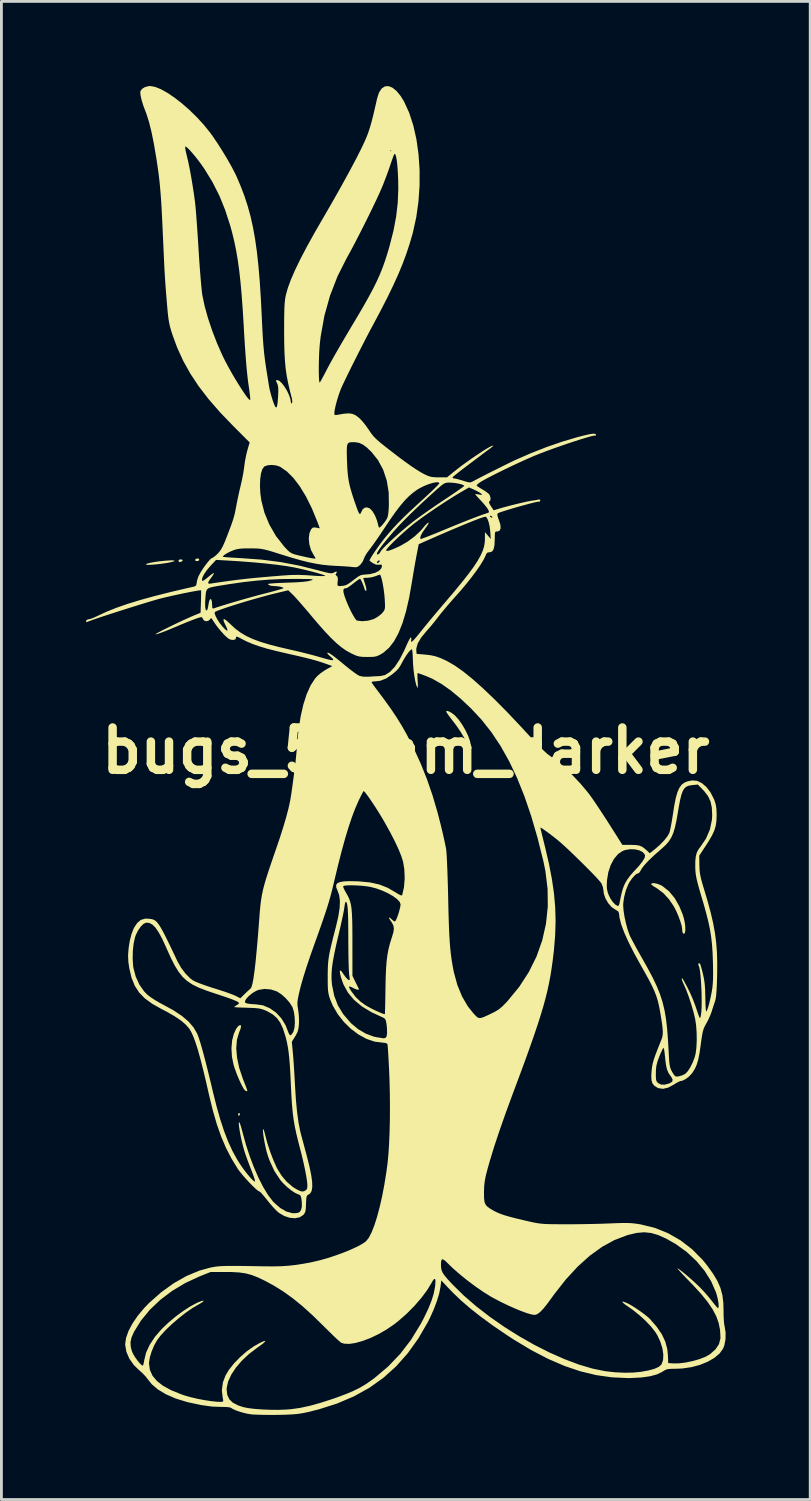
<source format=kicad_pcb>
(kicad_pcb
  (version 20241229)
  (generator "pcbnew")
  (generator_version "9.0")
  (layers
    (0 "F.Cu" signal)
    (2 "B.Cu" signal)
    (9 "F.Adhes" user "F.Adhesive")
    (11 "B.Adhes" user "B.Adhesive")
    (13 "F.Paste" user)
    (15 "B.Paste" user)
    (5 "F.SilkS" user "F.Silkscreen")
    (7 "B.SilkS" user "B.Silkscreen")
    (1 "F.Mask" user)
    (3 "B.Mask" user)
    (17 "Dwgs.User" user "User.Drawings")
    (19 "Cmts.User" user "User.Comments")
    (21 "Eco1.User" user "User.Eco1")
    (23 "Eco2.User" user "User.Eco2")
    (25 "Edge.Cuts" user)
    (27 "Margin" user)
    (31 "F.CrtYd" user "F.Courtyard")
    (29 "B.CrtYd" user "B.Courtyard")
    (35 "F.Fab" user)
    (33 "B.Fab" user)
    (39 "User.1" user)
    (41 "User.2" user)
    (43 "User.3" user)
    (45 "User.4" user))
  (footprint "bugs_50mm_darker"
    (layer "F.Cu")
    (at 11.335 23.564)
    (property "Reference" "bugs_50mm_darker" (at 0 0 0) (layer "F.SilkS") (effects (font (size 1.5 1.5) (thickness 0.3))))
    (attr board_only exclude_from_pos_files exclude_from_bom)
    (fp_poly (pts (xy -5.874 12.873) (xy -5.873 12.881) (xy -5.9 12.931) (xy -5.91 12.939) (xy -5.941 12.93) (xy -5.946 12.904) (xy -5.927 12.854) (xy -5.91 12.847)) (stroke (width 0) (type solid)) (fill yes) (layer "F.SilkS"))
    (fp_poly (pts (xy -7.942 -6.778) (xy -7.926 -6.771) (xy -7.906 -6.738) (xy -7.934 -6.713) (xy -8.006 -6.683) (xy -8.052 -6.71) (xy -8.057 -6.717) (xy -8.052 -6.757) (xy -8.003 -6.781)) (stroke (width 0) (type solid)) (fill yes) (layer "F.SilkS"))
    (fp_poly (pts (xy -7.337 -6.806) (xy -7.32 -6.762) (xy -7.324 -6.751) (xy -7.378 -6.72) (xy -7.445 -6.729) (xy -7.467 -6.75) (xy -7.458 -6.786) (xy -7.409 -6.811) (xy -7.35 -6.812)) (stroke (width 0) (type solid)) (fill yes) (layer "F.SilkS"))
    (fp_poly (pts (xy -8.231 -6.746) (xy -8.199 -6.733) (xy -8.205 -6.722) (xy -8.256 -6.7) (xy -8.359 -6.675) (xy -8.498 -6.65) (xy -8.658 -6.627) (xy -8.822 -6.608) (xy -8.976 -6.594) (xy -9.103 -6.588) (xy -9.187 -6.59) (xy -9.213 -6.602) (xy -9.178 -6.628) (xy -9.082 -6.656) (xy -8.937 -6.684) (xy -8.753 -6.711) (xy -8.544 -6.733) (xy -8.479 -6.738) (xy -8.322 -6.748)) (stroke (width 0) (type solid)) (fill yes) (layer "F.SilkS"))
    (fp_poly (pts (xy 1.523 -1.395) (xy 1.613 -1.347) (xy 1.711 -1.276) (xy 1.755 -1.237) (xy 1.88 -1.095) (xy 2.004 -0.919) (xy 2.116 -0.726) (xy 2.209 -0.531) (xy 2.275 -0.352) (xy 2.306 -0.204) (xy 2.305 -0.15) (xy 2.294 -0.055) (xy 2.235 -0.165) (xy 2.078 -0.447) (xy 1.938 -0.68) (xy 1.8 -0.882) (xy 1.662 -1.064) (xy 1.565 -1.189) (xy 1.488 -1.295) (xy 1.441 -1.368) (xy 1.432 -1.391) (xy 1.457 -1.412)) (stroke (width 0) (type solid)) (fill yes) (layer "F.SilkS"))
    (fp_poly (pts (xy -5.838 9.757) (xy -5.852 9.845) (xy -5.908 9.99) (xy -5.909 9.992) (xy -5.985 10.247) (xy -6.009 10.547) (xy -5.982 10.881) (xy -5.905 11.244) (xy -5.777 11.626) (xy -5.762 11.666) (xy -5.702 11.817) (xy -5.654 11.942) (xy -5.624 12.026) (xy -5.616 12.053) (xy -5.636 12.078) (xy -5.683 12.057) (xy -5.737 12) (xy -5.741 11.993) (xy -5.815 11.862) (xy -5.899 11.683) (xy -5.983 11.483) (xy -6.057 11.284) (xy -6.102 11.145) (xy -6.162 10.852) (xy -6.179 10.551) (xy -6.154 10.267) (xy -6.094 10.039) (xy -6.016 9.866) (xy -5.939 9.761) (xy -5.866 9.727)) (stroke (width 0) (type solid)) (fill yes) (layer "F.SilkS"))
    (fp_poly (pts (xy 8.912 4.718) (xy 9.026 4.76) (xy 9.105 4.804) (xy 9.335 4.987) (xy 9.531 5.222) (xy 9.698 5.514) (xy 9.816 5.798) (xy 9.863 5.954) (xy 9.895 6.11) (xy 9.911 6.254) (xy 9.912 6.374) (xy 9.897 6.458) (xy 9.867 6.493) (xy 9.825 6.472) (xy 9.808 6.422) (xy 9.8 6.333) (xy 9.8 6.33) (xy 9.784 6.216) (xy 9.738 6.058) (xy 9.672 5.876) (xy 9.592 5.691) (xy 9.505 5.522) (xy 9.505 5.521) (xy 9.333 5.268) (xy 9.134 5.052) (xy 8.922 4.891) (xy 8.895 4.875) (xy 8.792 4.812) (xy 8.721 4.759) (xy 8.699 4.731) (xy 8.729 4.7) (xy 8.806 4.697)) (stroke (width 0) (type solid)) (fill yes) (layer "F.SilkS"))
    (fp_poly (pts (xy -8.887 -23.534) (xy -8.68 -23.451) (xy -8.447 -23.321) (xy -8.195 -23.15) (xy -7.933 -22.946) (xy -7.668 -22.714) (xy -7.409 -22.461) (xy -7.164 -22.193) (xy -6.94 -21.917) (xy -6.856 -21.802) (xy -6.677 -21.539) (xy -6.495 -21.253) (xy -6.32 -20.962) (xy -6.164 -20.685) (xy -6.037 -20.44) (xy -5.992 -20.343) (xy -5.845 -19.997) (xy -5.715 -19.653) (xy -5.601 -19.302) (xy -5.501 -18.937) (xy -5.415 -18.551) (xy -5.341 -18.137) (xy -5.277 -17.687) (xy -5.223 -17.193) (xy -5.177 -16.65) (xy -5.138 -16.048) (xy -5.104 -15.381) (xy -5.102 -15.324) (xy -5.083 -14.938) (xy -5.064 -14.61) (xy -5.043 -14.326) (xy -5.018 -14.069) (xy -4.988 -13.824) (xy -4.952 -13.578) (xy -4.932 -13.452) (xy -4.903 -13.274) (xy -4.875 -13.094) (xy -4.851 -12.946) (xy -4.847 -12.917) (xy -4.819 -12.781) (xy -4.775 -12.611) (xy -4.723 -12.438) (xy -4.714 -12.411) (xy -4.66 -12.264) (xy -4.618 -12.182) (xy -4.586 -12.166) (xy -4.562 -12.217) (xy -4.543 -12.339) (xy -4.527 -12.531) (xy -4.525 -12.569) (xy -4.518 -12.751) (xy -4.522 -12.879) (xy -4.54 -12.971) (xy -4.562 -13.026) (xy -4.597 -13.102) (xy -4.595 -13.134) (xy -4.555 -13.14) (xy -4.551 -13.14) (xy -4.476 -13.108) (xy -4.387 -13.022) (xy -4.293 -12.898) (xy -4.206 -12.752) (xy -4.134 -12.6) (xy -4.087 -12.457) (xy -4.074 -12.359) (xy -4.063 -12.309) (xy -4.038 -12.317) (xy -4.021 -12.383) (xy -4.036 -12.481) (xy -4.114 -12.786) (xy -4.176 -13.059) (xy -4.224 -13.315) (xy -4.243 -13.447) (xy -3.083 -13.447) (xy -3.079 -13.28) (xy -3.073 -13.15) (xy -3.063 -13.07) (xy -3.049 -13.05) (xy -3.049 -13.051) (xy -3.02 -13.095) (xy -2.966 -13.191) (xy -2.893 -13.328) (xy -2.808 -13.491) (xy -2.781 -13.544) (xy -2.701 -13.694) (xy -2.59 -13.895) (xy -2.455 -14.132) (xy -2.304 -14.395) (xy -2.143 -14.669) (xy -1.98 -14.944) (xy -1.939 -15.013) (xy -1.694 -15.423) (xy -1.485 -15.781) (xy -1.308 -16.096) (xy -1.157 -16.378) (xy -1.029 -16.636) (xy -0.919 -16.88) (xy -0.823 -17.119) (xy -0.736 -17.361) (xy -0.654 -17.618) (xy -0.573 -17.894) (xy -0.436 -18.43) (xy -0.341 -18.931) (xy -0.284 -19.418) (xy -0.264 -19.913) (xy -0.268 -20.224) (xy -0.28 -20.501) (xy -0.297 -20.738) (xy -0.318 -20.929) (xy -0.343 -21.067) (xy -0.371 -21.145) (xy -0.399 -21.158) (xy -0.403 -21.154) (xy -0.425 -21.108) (xy -0.463 -21.009) (xy -0.511 -20.871) (xy -0.55 -20.757) (xy -0.617 -20.561) (xy -0.701 -20.332) (xy -0.789 -20.105) (xy -0.837 -19.986) (xy -0.923 -19.787) (xy -1.038 -19.538) (xy -1.175 -19.251) (xy -1.327 -18.94) (xy -1.487 -18.618) (xy -1.649 -18.299) (xy -1.805 -17.996) (xy -1.95 -17.723) (xy -2.077 -17.493) (xy -2.089 -17.472) (xy -2.418 -16.82) (xy -2.684 -16.134) (xy -2.884 -15.421) (xy -3.016 -14.686) (xy -3.046 -14.43) (xy -3.06 -14.254) (xy -3.071 -14.056) (xy -3.078 -13.847) (xy -3.082 -13.641) (xy -3.083 -13.447) (xy -4.243 -13.447) (xy -4.26 -13.569) (xy -4.284 -13.836) (xy -4.3 -14.13) (xy -4.309 -14.466) (xy -4.312 -14.861) (xy -4.312 -14.884) (xy -4.311 -15.206) (xy -4.308 -15.464) (xy -4.303 -15.67) (xy -4.295 -15.834) (xy -4.282 -15.967) (xy -4.266 -16.078) (xy -4.251 -16.15) (xy -4.181 -16.403) (xy -4.073 -16.696) (xy -3.927 -17.034) (xy -3.741 -17.418) (xy -3.514 -17.853) (xy -3.244 -18.34) (xy -2.983 -18.793) (xy -2.686 -19.305) (xy -2.411 -19.788) (xy -2.161 -20.237) (xy -1.938 -20.647) (xy -1.744 -21.013) (xy -1.614 -21.271) (xy -0.551 -21.271) (xy -0.532 -21.252) (xy -0.514 -21.271) (xy -0.532 -21.289) (xy -0.551 -21.271) (xy -1.614 -21.271) (xy -1.583 -21.332) (xy -1.458 -21.597) (xy -1.381 -21.775) (xy -1.325 -21.925) (xy -1.27 -22.093) (xy -1.213 -22.291) (xy -1.152 -22.53) (xy -1.084 -22.82) (xy -1.014 -23.128) (xy -0.947 -23.335) (xy -0.854 -23.476) (xy -0.741 -23.551) (xy -0.612 -23.561) (xy -0.472 -23.506) (xy -0.325 -23.387) (xy -0.176 -23.204) (xy -0.06 -23.014) (xy 0.121 -22.618) (xy 0.268 -22.167) (xy 0.379 -21.673) (xy 0.453 -21.146) (xy 0.491 -20.595) (xy 0.49 -20.033) (xy 0.451 -19.469) (xy 0.373 -18.913) (xy 0.255 -18.377) (xy 0.237 -18.309) (xy 0.132 -17.952) (xy 0.016 -17.601) (xy -0.117 -17.246) (xy -0.27 -16.877) (xy -0.448 -16.486) (xy -0.654 -16.062) (xy -0.892 -15.597) (xy -1.167 -15.081) (xy -1.175 -15.067) (xy -1.281 -14.869) (xy -1.402 -14.638) (xy -1.533 -14.383) (xy -1.669 -14.116) (xy -1.805 -13.846) (xy -1.936 -13.585) (xy -2.055 -13.343) (xy -2.158 -13.13) (xy -2.24 -12.958) (xy -2.295 -12.835) (xy -2.308 -12.803) (xy -2.375 -12.619) (xy -2.436 -12.422) (xy -2.487 -12.232) (xy -2.521 -12.071) (xy -2.533 -11.959) (xy -2.523 -11.91) (xy -2.48 -11.898) (xy -2.413 -11.908) (xy -2.193 -11.947) (xy -2.026 -11.959) (xy -1.893 -11.942) (xy -1.778 -11.892) (xy -1.664 -11.806) (xy -1.63 -11.775) (xy -1.53 -11.669) (xy -1.417 -11.528) (xy -1.312 -11.379) (xy -1.299 -11.359) (xy -1.229 -11.255) (xy -1.157 -11.163) (xy -1.071 -11.071) (xy -0.96 -10.97) (xy -0.812 -10.848) (xy -0.618 -10.695) (xy -0.593 -10.676) (xy -0.286 -10.439) (xy -0.026 -10.246) (xy 0.193 -10.089) (xy 0.381 -9.964) (xy 0.544 -9.864) (xy 0.669 -9.797) (xy 0.793 -9.74) (xy 0.904 -9.707) (xy 1.032 -9.693) (xy 1.172 -9.69) (xy 1.464 -9.69) (xy 1.677 -9.866) (xy 1.984 -10.105) (xy 2.347 -10.365) (xy 2.729 -10.621) (xy 2.875 -10.711) (xy 2.989 -10.775) (xy 3.066 -10.81) (xy 3.1 -10.815) (xy 3.084 -10.789) (xy 3.014 -10.73) (xy 2.948 -10.681) (xy 2.842 -10.604) (xy 2.755 -10.539) (xy 2.716 -10.51) (xy 2.669 -10.474) (xy 2.575 -10.402) (xy 2.443 -10.303) (xy 2.286 -10.185) (xy 2.166 -10.095) (xy 2.001 -9.97) (xy 1.858 -9.859) (xy 1.746 -9.769) (xy 1.677 -9.709) (xy 1.658 -9.689) (xy 1.677 -9.659) (xy 1.71 -9.653) (xy 1.776 -9.643) (xy 1.888 -9.614) (xy 2.022 -9.574) (xy 2.028 -9.572) (xy 2.161 -9.531) (xy 2.246 -9.512) (xy 2.305 -9.514) (xy 2.361 -9.537) (xy 2.398 -9.557) (xy 2.482 -9.603) (xy 2.619 -9.674) (xy 2.795 -9.764) (xy 2.995 -9.866) (xy 3.207 -9.972) (xy 3.416 -10.076) (xy 3.61 -10.172) (xy 3.774 -10.252) (xy 3.891 -10.307) (xy 4.441 -10.548) (xy 5.001 -10.767) (xy 5.549 -10.956) (xy 6.062 -11.108) (xy 6.094 -11.117) (xy 6.325 -11.176) (xy 6.494 -11.215) (xy 6.612 -11.235) (xy 6.688 -11.237) (xy 6.73 -11.223) (xy 6.746 -11.199) (xy 6.743 -11.167) (xy 6.724 -11.173) (xy 6.675 -11.17) (xy 6.567 -11.146) (xy 6.41 -11.102) (xy 6.213 -11.042) (xy 5.987 -10.97) (xy 5.741 -10.888) (xy 5.486 -10.8) (xy 5.23 -10.71) (xy 4.984 -10.62) (xy 4.757 -10.533) (xy 4.559 -10.454) (xy 4.515 -10.435) (xy 4.284 -10.334) (xy 4.029 -10.219) (xy 3.764 -10.095) (xy 3.499 -9.968) (xy 3.247 -9.843) (xy 3.019 -9.728) (xy 2.829 -9.628) (xy 2.687 -9.548) (xy 2.636 -9.516) (xy 2.557 -9.456) (xy 2.516 -9.409) (xy 2.515 -9.396) (xy 2.554 -9.364) (xy 2.638 -9.309) (xy 2.733 -9.254) (xy 2.846 -9.182) (xy 2.934 -9.113) (xy 2.972 -9.069) (xy 3.005 -8.97) (xy 3.003 -8.884) (xy 2.965 -8.837) (xy 2.964 -8.837) (xy 2.95 -8.803) (xy 2.984 -8.725) (xy 3.018 -8.672) (xy 3.117 -8.522) (xy 3.293 -8.575) (xy 3.463 -8.625) (xy 3.664 -8.679) (xy 3.877 -8.733) (xy 4.085 -8.783) (xy 4.27 -8.825) (xy 4.414 -8.854) (xy 4.478 -8.865) (xy 4.594 -8.881) (xy 4.687 -8.899) (xy 4.707 -8.905) (xy 4.762 -8.9) (xy 4.772 -8.868) (xy 4.749 -8.828) (xy 4.726 -8.829) (xy 4.677 -8.825) (xy 4.571 -8.802) (xy 4.422 -8.766) (xy 4.243 -8.718) (xy 4.047 -8.664) (xy 3.847 -8.607) (xy 3.657 -8.55) (xy 3.49 -8.498) (xy 3.359 -8.455) (xy 3.278 -8.423) (xy 3.259 -8.412) (xy 3.247 -8.356) (xy 3.275 -8.248) (xy 3.306 -8.169) (xy 3.356 -8.009) (xy 3.364 -7.883) (xy 3.33 -7.801) (xy 3.256 -7.771) (xy 3.237 -7.772) (xy 3.197 -7.772) (xy 3.173 -7.751) (xy 3.161 -7.695) (xy 3.157 -7.588) (xy 3.156 -7.497) (xy 3.146 -7.288) (xy 3.116 -7.145) (xy 3.062 -7.062) (xy 2.984 -7.035) (xy 2.968 -7.035) (xy 2.899 -7.025) (xy 2.853 -6.971) (xy 2.829 -6.912) (xy 2.765 -6.778) (xy 2.658 -6.601) (xy 2.515 -6.391) (xy 2.344 -6.161) (xy 2.152 -5.918) (xy 1.948 -5.675) (xy 1.814 -5.524) (xy 1.649 -5.339) (xy 1.485 -5.15) (xy 1.336 -4.973) (xy 1.213 -4.823) (xy 1.145 -4.735) (xy 1.02 -4.573) (xy 0.876 -4.398) (xy 0.741 -4.244) (xy 0.723 -4.224) (xy 0.543 -4.004) (xy 0.426 -3.804) (xy 0.375 -3.627) (xy 0.374 -3.55) (xy 0.385 -3.432) (xy 0.664 -3.409) (xy 0.868 -3.386) (xy 1.044 -3.349) (xy 1.217 -3.29) (xy 1.416 -3.2) (xy 1.474 -3.171) (xy 1.738 -3.019) (xy 2.037 -2.808) (xy 2.371 -2.538) (xy 2.742 -2.208) (xy 3.15 -1.818) (xy 3.596 -1.368) (xy 4.08 -0.856) (xy 4.252 -0.669) (xy 4.434 -0.472) (xy 4.609 -0.289) (xy 4.766 -0.127) (xy 4.898 0.004) (xy 4.997 0.095) (xy 5.047 0.136) (xy 5.318 0.334) (xy 5.609 0.581) (xy 5.904 0.861) (xy 6.187 1.16) (xy 6.442 1.462) (xy 6.517 1.56) (xy 6.603 1.678) (xy 6.717 1.845) (xy 6.853 2.047) (xy 6.999 2.27) (xy 7.149 2.501) (xy 7.21 2.597) (xy 7.681 3.34) (xy 7.972 3.34) (xy 8.153 3.345) (xy 8.284 3.366) (xy 8.388 3.41) (xy 8.489 3.486) (xy 8.538 3.53) (xy 8.651 3.637) (xy 8.831 3.495) (xy 9.011 3.338) (xy 9.167 3.176) (xy 9.285 3.024) (xy 9.343 2.919) (xy 9.367 2.84) (xy 9.396 2.704) (xy 9.428 2.53) (xy 9.46 2.334) (xy 9.47 2.271) (xy 9.521 1.943) (xy 9.573 1.68) (xy 9.631 1.476) (xy 9.698 1.322) (xy 9.779 1.21) (xy 9.878 1.134) (xy 10 1.085) (xy 10.149 1.056) (xy 10.157 1.055) (xy 10.327 1.069) (xy 10.496 1.149) (xy 10.658 1.287) (xy 10.804 1.478) (xy 10.925 1.713) (xy 10.943 1.757) (xy 10.988 1.897) (xy 11.013 2.047) (xy 11.022 2.233) (xy 11.022 2.294) (xy 11.015 2.492) (xy 10.989 2.666) (xy 10.939 2.832) (xy 10.858 3.007) (xy 10.74 3.21) (xy 10.637 3.37) (xy 10.406 3.721) (xy 10.41 4.053) (xy 10.416 4.208) (xy 10.43 4.349) (xy 10.459 4.497) (xy 10.504 4.672) (xy 10.567 4.882) (xy 10.703 5.339) (xy 10.812 5.744) (xy 10.898 6.111) (xy 10.961 6.455) (xy 11.005 6.79) (xy 11.032 7.133) (xy 11.043 7.496) (xy 11.041 7.896) (xy 11.039 7.983) (xy 11.031 8.277) (xy 11.019 8.507) (xy 11.005 8.68) (xy 10.986 8.806) (xy 10.966 8.883) (xy 10.92 9.018) (xy 10.869 9.175) (xy 10.846 9.25) (xy 10.792 9.394) (xy 10.717 9.557) (xy 10.656 9.671) (xy 10.604 9.764) (xy 10.565 9.851) (xy 10.535 9.95) (xy 10.509 10.075) (xy 10.483 10.243) (xy 10.457 10.437) (xy 10.416 10.719) (xy 10.372 10.942) (xy 10.321 11.12) (xy 10.257 11.267) (xy 10.177 11.398) (xy 10.144 11.444) (xy 10.041 11.554) (xy 9.923 11.644) (xy 9.811 11.699) (xy 9.758 11.709) (xy 9.697 11.728) (xy 9.599 11.779) (xy 9.512 11.834) (xy 9.306 11.945) (xy 9.121 11.989) (xy 8.958 11.965) (xy 8.923 11.949) (xy 8.816 11.881) (xy 8.748 11.799) (xy 8.713 11.687) (xy 8.705 11.529) (xy 8.711 11.428) (xy 8.867 11.428) (xy 8.868 11.575) (xy 8.876 11.669) (xy 8.897 11.728) (xy 8.936 11.773) (xy 8.955 11.789) (xy 9.056 11.839) (xy 9.183 11.841) (xy 9.35 11.794) (xy 9.369 11.786) (xy 9.449 11.734) (xy 9.462 11.66) (xy 9.411 11.56) (xy 9.379 11.52) (xy 9.312 11.421) (xy 9.262 11.299) (xy 9.226 11.139) (xy 9.199 10.925) (xy 9.191 10.837) (xy 9.176 10.699) (xy 9.16 10.593) (xy 9.144 10.539) (xy 9.14 10.534) (xy 9.115 10.566) (xy 9.072 10.651) (xy 9.018 10.773) (xy 8.992 10.837) (xy 8.926 11.015) (xy 8.888 11.162) (xy 8.87 11.312) (xy 8.867 11.428) (xy 8.711 11.428) (xy 8.713 11.39) (xy 8.724 11.272) (xy 8.74 11.164) (xy 8.765 11.053) (xy 8.803 10.926) (xy 8.857 10.772) (xy 8.931 10.579) (xy 9.029 10.334) (xy 9.067 10.24) (xy 9.095 10.157) (xy 9.11 10.067) (xy 9.114 9.956) (xy 9.104 9.815) (xy 9.08 9.631) (xy 9.042 9.393) (xy 9.015 9.236) (xy 8.977 9.038) (xy 8.934 8.86) (xy 8.881 8.69) (xy 8.813 8.516) (xy 8.724 8.324) (xy 8.61 8.103) (xy 8.465 7.84) (xy 8.349 7.635) (xy 8.103 7.191) (xy 7.903 6.797) (xy 7.748 6.452) (xy 7.639 6.159) (xy 7.578 5.919) (xy 7.562 5.772) (xy 7.534 5.699) (xy 7.443 5.641) (xy 7.438 5.639) (xy 7.303 5.549) (xy 7.18 5.409) (xy 7.081 5.241) (xy 7.022 5.066) (xy 7.011 4.966) (xy 6.99 4.838) (xy 6.963 4.769) (xy 7.127 4.769) (xy 7.133 4.895) (xy 7.157 5.008) (xy 7.192 5.11) (xy 7.257 5.243) (xy 7.341 5.364) (xy 7.43 5.457) (xy 7.509 5.503) (xy 7.527 5.506) (xy 7.547 5.486) (xy 7.709 5.486) (xy 7.722 5.67) (xy 7.757 5.894) (xy 7.809 6.132) (xy 7.87 6.354) (xy 7.935 6.535) (xy 7.943 6.555) (xy 7.993 6.655) (xy 8.071 6.803) (xy 8.17 6.985) (xy 8.281 7.185) (xy 8.374 7.349) (xy 8.584 7.723) (xy 8.759 8.053) (xy 8.901 8.353) (xy 9.015 8.635) (xy 9.105 8.914) (xy 9.174 9.201) (xy 9.227 9.511) (xy 9.267 9.857) (xy 9.297 10.252) (xy 9.319 10.632) (xy 9.331 10.856) (xy 9.342 11.021) (xy 9.356 11.141) (xy 9.374 11.229) (xy 9.399 11.3) (xy 9.433 11.367) (xy 9.449 11.397) (xy 9.511 11.495) (xy 9.558 11.544) (xy 9.613 11.555) (xy 9.685 11.545) (xy 9.803 11.511) (xy 9.907 11.459) (xy 9.91 11.457) (xy 9.998 11.366) (xy 10.089 11.225) (xy 10.174 11.053) (xy 10.243 10.872) (xy 10.278 10.738) (xy 10.305 10.527) (xy 10.317 10.271) (xy 10.313 9.997) (xy 10.294 9.734) (xy 10.26 9.507) (xy 10.259 9.504) (xy 10.201 9.263) (xy 10.123 8.995) (xy 10.034 8.724) (xy 9.942 8.478) (xy 9.871 8.315) (xy 9.821 8.202) (xy 9.789 8.117) (xy 9.784 8.08) (xy 9.795 8.071) (xy 9.808 8.078) (xy 9.831 8.109) (xy 9.87 8.177) (xy 9.932 8.292) (xy 9.992 8.405) (xy 10.084 8.592) (xy 10.178 8.809) (xy 10.258 9.017) (xy 10.275 9.066) (xy 10.339 9.256) (xy 10.383 9.383) (xy 10.412 9.456) (xy 10.432 9.481) (xy 10.445 9.465) (xy 10.457 9.416) (xy 10.465 9.378) (xy 10.481 9.249) (xy 10.49 9.073) (xy 10.492 8.865) (xy 10.489 8.637) (xy 10.48 8.403) (xy 10.467 8.176) (xy 10.45 7.97) (xy 10.429 7.798) (xy 10.406 7.673) (xy 10.381 7.61) (xy 10.369 7.56) (xy 10.383 7.546) (xy 10.407 7.536) (xy 10.428 7.548) (xy 10.449 7.592) (xy 10.476 7.681) (xy 10.514 7.825) (xy 10.535 7.909) (xy 10.574 8.092) (xy 10.6 8.276) (xy 10.615 8.487) (xy 10.621 8.744) (xy 10.625 8.927) (xy 10.631 9.08) (xy 10.639 9.191) (xy 10.648 9.246) (xy 10.651 9.249) (xy 10.677 9.216) (xy 10.713 9.122) (xy 10.754 8.981) (xy 10.796 8.804) (xy 10.838 8.605) (xy 10.851 8.534) (xy 10.873 8.391) (xy 10.887 8.241) (xy 10.895 8.069) (xy 10.897 7.861) (xy 10.893 7.6) (xy 10.89 7.47) (xy 10.878 7.157) (xy 10.859 6.877) (xy 10.83 6.614) (xy 10.789 6.353) (xy 10.732 6.08) (xy 10.657 5.779) (xy 10.562 5.435) (xy 10.474 5.139) (xy 10.399 4.883) (xy 10.345 4.683) (xy 10.307 4.523) (xy 10.283 4.388) (xy 10.27 4.265) (xy 10.265 4.148) (xy 10.266 3.92) (xy 10.283 3.748) (xy 10.32 3.612) (xy 10.381 3.496) (xy 10.447 3.409) (xy 10.646 3.116) (xy 10.784 2.792) (xy 10.855 2.452) (xy 10.865 2.277) (xy 10.851 2.012) (xy 10.804 1.797) (xy 10.719 1.613) (xy 10.587 1.441) (xy 10.553 1.405) (xy 10.356 1.201) (xy 10.163 1.22) (xy 10.048 1.238) (xy 9.956 1.272) (xy 9.883 1.332) (xy 9.823 1.426) (xy 9.773 1.562) (xy 9.727 1.749) (xy 9.68 1.995) (xy 9.652 2.166) (xy 9.599 2.473) (xy 9.545 2.719) (xy 9.486 2.917) (xy 9.415 3.078) (xy 9.328 3.216) (xy 9.218 3.343) (xy 9.08 3.47) (xy 9.06 3.487) (xy 8.809 3.707) (xy 8.606 3.9) (xy 8.456 4.062) (xy 8.361 4.189) (xy 8.342 4.226) (xy 8.293 4.309) (xy 8.247 4.35) (xy 8.233 4.351) (xy 8.182 4.368) (xy 8.107 4.433) (xy 8.022 4.532) (xy 7.939 4.651) (xy 7.892 4.735) (xy 7.807 4.943) (xy 7.744 5.182) (xy 7.711 5.413) (xy 7.709 5.486) (xy 7.547 5.486) (xy 7.559 5.475) (xy 7.576 5.423) (xy 7.62 5.2) (xy 7.658 5.033) (xy 7.694 4.905) (xy 7.733 4.798) (xy 7.776 4.701) (xy 7.853 4.572) (xy 7.961 4.425) (xy 8.072 4.298) (xy 8.264 4.091) (xy 8.396 3.924) (xy 8.47 3.797) (xy 8.485 3.708) (xy 8.482 3.696) (xy 8.411 3.603) (xy 8.288 3.536) (xy 8.13 3.499) (xy 7.955 3.493) (xy 7.78 3.523) (xy 7.685 3.557) (xy 7.525 3.668) (xy 7.383 3.837) (xy 7.267 4.055) (xy 7.183 4.306) (xy 7.137 4.58) (xy 7.135 4.6) (xy 7.127 4.769) (xy 6.963 4.769) (xy 6.94 4.711) (xy 6.933 4.698) (xy 6.881 4.632) (xy 6.785 4.524) (xy 6.653 4.384) (xy 6.493 4.221) (xy 6.315 4.042) (xy 6.128 3.858) (xy 5.941 3.676) (xy 5.761 3.505) (xy 5.599 3.355) (xy 5.462 3.234) (xy 5.396 3.177) (xy 5.253 3.064) (xy 5.111 2.955) (xy 4.98 2.858) (xy 4.873 2.783) (xy 4.799 2.736) (xy 4.772 2.727) (xy 4.772 2.727) (xy 4.78 2.767) (xy 4.804 2.866) (xy 4.839 3.013) (xy 4.885 3.197) (xy 4.935 3.4) (xy 5.075 3.999) (xy 5.181 4.548) (xy 5.256 5.062) (xy 5.299 5.556) (xy 5.313 6.046) (xy 5.297 6.547) (xy 5.254 7.073) (xy 5.211 7.435) (xy 5.173 7.706) (xy 5.132 7.968) (xy 5.083 8.227) (xy 5.027 8.49) (xy 4.96 8.762) (xy 4.882 9.05) (xy 4.789 9.361) (xy 4.681 9.701) (xy 4.555 10.076) (xy 4.409 10.493) (xy 4.242 10.958) (xy 4.051 11.477) (xy 3.835 12.056) (xy 3.8 12.149) (xy 3.547 12.836) (xy 3.326 13.466) (xy 3.136 14.036) (xy 2.98 14.546) (xy 2.895 14.847) (xy 2.837 15.075) (xy 2.801 15.262) (xy 2.781 15.438) (xy 2.774 15.63) (xy 2.774 15.66) (xy 2.776 15.852) (xy 2.79 15.988) (xy 2.826 16.086) (xy 2.89 16.163) (xy 2.993 16.237) (xy 3.073 16.285) (xy 3.197 16.352) (xy 3.335 16.412) (xy 3.499 16.47) (xy 3.702 16.529) (xy 3.956 16.594) (xy 4.199 16.652) (xy 4.388 16.695) (xy 4.541 16.728) (xy 4.673 16.753) (xy 4.798 16.769) (xy 4.933 16.78) (xy 5.091 16.786) (xy 5.287 16.789) (xy 5.536 16.79) (xy 5.653 16.791) (xy 5.956 16.79) (xy 6.288 16.786) (xy 6.625 16.78) (xy 6.941 16.772) (xy 7.21 16.762) (xy 7.231 16.761) (xy 7.499 16.75) (xy 7.709 16.745) (xy 7.879 16.746) (xy 8.024 16.754) (xy 8.16 16.769) (xy 8.304 16.791) (xy 8.314 16.792) (xy 8.818 16.915) (xy 9.295 17.105) (xy 9.741 17.36) (xy 10.153 17.677) (xy 10.526 18.054) (xy 10.683 18.247) (xy 10.892 18.537) (xy 11.048 18.798) (xy 11.157 19.048) (xy 11.226 19.303) (xy 11.26 19.579) (xy 11.267 19.839) (xy 11.269 20.021) (xy 11.277 20.192) (xy 11.29 20.328) (xy 11.302 20.39) (xy 11.34 20.627) (xy 11.337 20.869) (xy 11.294 21.089) (xy 11.251 21.199) (xy 11.128 21.371) (xy 10.943 21.527) (xy 10.707 21.663) (xy 10.433 21.775) (xy 10.131 21.856) (xy 9.811 21.903) (xy 9.588 21.913) (xy 9.424 21.915) (xy 9.313 21.923) (xy 9.231 21.943) (xy 9.158 21.98) (xy 9.095 22.022) (xy 8.914 22.111) (xy 8.668 22.178) (xy 8.358 22.222) (xy 7.99 22.242) (xy 7.864 22.243) (xy 7.306 22.217) (xy 6.751 22.138) (xy 6.193 22.004) (xy 5.627 21.813) (xy 5.048 21.563) (xy 4.449 21.251) (xy 3.826 20.877) (xy 3.542 20.691) (xy 3.069 20.367) (xy 2.655 20.064) (xy 2.29 19.776) (xy 1.964 19.495) (xy 1.669 19.213) (xy 1.502 19.039) (xy 1.26 18.78) (xy 1.234 18.997) (xy 1.189 19.231) (xy 1.107 19.507) (xy 0.994 19.807) (xy 0.857 20.113) (xy 0.785 20.256) (xy 0.446 20.84) (xy 0.072 21.363) (xy -0.34 21.827) (xy -0.793 22.235) (xy -1.291 22.589) (xy -1.837 22.892) (xy -2.435 23.146) (xy -3.087 23.354) (xy -3.505 23.458) (xy -3.667 23.49) (xy -3.827 23.514) (xy -4.004 23.53) (xy -4.214 23.541) (xy -4.475 23.548) (xy -4.551 23.549) (xy -4.789 23.55) (xy -5.021 23.548) (xy -5.23 23.543) (xy -5.397 23.536) (xy -5.487 23.529) (xy -5.658 23.499) (xy -5.839 23.452) (xy -6.008 23.395) (xy -6.14 23.335) (xy -6.195 23.299) (xy -6.254 23.28) (xy -6.362 23.269) (xy -6.497 23.267) (xy -6.856 23.255) (xy -7.266 23.199) (xy -7.721 23.1) (xy -7.768 23.088) (xy -8.157 22.968) (xy -8.496 22.821) (xy -8.781 22.652) (xy -9.004 22.463) (xy -9.139 22.294) (xy -9.224 22.184) (xy -9.34 22.064) (xy -9.429 21.986) (xy -9.639 21.784) (xy -9.801 21.553) (xy -9.906 21.308) (xy -9.947 21.061) (xy -9.947 21.038) (xy -9.937 20.969) (xy -9.759 20.969) (xy -9.75 21.137) (xy -9.706 21.299) (xy -9.66 21.397) (xy -9.59 21.512) (xy -9.507 21.627) (xy -9.425 21.725) (xy -9.357 21.788) (xy -9.324 21.803) (xy -9.304 21.77) (xy -9.283 21.684) (xy -9.269 21.6) (xy -9.205 21.34) (xy -9.078 21.065) (xy -8.895 20.786) (xy -8.663 20.516) (xy -8.65 20.503) (xy -8.407 20.272) (xy -8.146 20.054) (xy -7.88 19.858) (xy -7.623 19.694) (xy -7.389 19.57) (xy -7.236 19.51) (xy -7.174 19.499) (xy -7.17 19.517) (xy -7.216 19.557) (xy -7.306 19.613) (xy -7.35 19.637) (xy -7.567 19.764) (xy -7.805 19.93) (xy -8.05 20.122) (xy -8.288 20.327) (xy -8.505 20.534) (xy -8.686 20.73) (xy -8.816 20.901) (xy -8.922 21.092) (xy -9.011 21.305) (xy -9.074 21.514) (xy -9.102 21.695) (xy -9.103 21.724) (xy -9.072 21.951) (xy -8.98 22.157) (xy -8.824 22.346) (xy -8.603 22.518) (xy -8.313 22.676) (xy -7.954 22.821) (xy -7.828 22.864) (xy -7.628 22.921) (xy -7.392 22.976) (xy -7.143 23.024) (xy -6.904 23.061) (xy -6.697 23.083) (xy -6.59 23.088) (xy -6.502 23.084) (xy -6.47 23.061) (xy -6.477 22.999) (xy -6.485 22.968) (xy -6.52 22.685) (xy -6.483 22.399) (xy -6.39 22.151) (xy -6.264 21.944) (xy -6.087 21.722) (xy -5.873 21.502) (xy -5.64 21.299) (xy -5.402 21.129) (xy -5.341 21.093) (xy -5.166 20.995) (xy -5.047 20.94) (xy -4.986 20.924) (xy -4.985 20.946) (xy -5.045 21.006) (xy -5.169 21.1) (xy -5.263 21.166) (xy -5.552 21.385) (xy -5.807 21.623) (xy -6.02 21.871) (xy -6.185 22.12) (xy -6.296 22.362) (xy -6.347 22.588) (xy -6.35 22.647) (xy -6.328 22.839) (xy -6.257 22.993) (xy -6.132 23.115) (xy -5.945 23.212) (xy -5.763 23.272) (xy -5.588 23.308) (xy -5.359 23.336) (xy -5.093 23.356) (xy -4.808 23.368) (xy -4.523 23.37) (xy -4.256 23.361) (xy -4.069 23.347) (xy -3.742 23.3) (xy -3.393 23.225) (xy -3.008 23.118) (xy -2.577 22.978) (xy -2.428 22.926) (xy -2.112 22.807) (xy -1.849 22.696) (xy -1.62 22.582) (xy -1.408 22.455) (xy -1.193 22.306) (xy -1.11 22.244) (xy -0.625 21.835) (xy -0.193 21.383) (xy 0.191 20.882) (xy 0.531 20.325) (xy 0.652 20.095) (xy 0.803 19.776) (xy 0.914 19.5) (xy 0.991 19.252) (xy 1.037 19.017) (xy 1.045 18.949) (xy 1.054 18.806) (xy 1.041 18.732) (xy 1.009 18.728) (xy 0.956 18.794) (xy 0.922 18.857) (xy 0.763 19.12) (xy 0.553 19.402) (xy 0.304 19.689) (xy 0.028 19.967) (xy -0.26 20.22) (xy -0.414 20.34) (xy -0.687 20.526) (xy -0.97 20.688) (xy -1.252 20.823) (xy -1.525 20.927) (xy -1.777 20.998) (xy -2 21.032) (xy -2.183 21.024) (xy -2.287 20.991) (xy -2.336 20.953) (xy -2.428 20.872) (xy -2.553 20.754) (xy -2.702 20.609) (xy -2.867 20.446) (xy -2.918 20.395) (xy -3.304 20.018) (xy -3.661 19.695) (xy -4.001 19.418) (xy -4.333 19.179) (xy -4.669 18.969) (xy -4.974 18.803) (xy -5.227 18.681) (xy -5.45 18.593) (xy -5.666 18.534) (xy -5.895 18.5) (xy -6.16 18.484) (xy -6.368 18.482) (xy -6.919 18.483) (xy -7.31 18.639) (xy -7.813 18.872) (xy -8.28 19.151) (xy -8.702 19.47) (xy -9.073 19.823) (xy -9.387 20.205) (xy -9.633 20.603) (xy -9.721 20.8) (xy -9.759 20.969) (xy -9.937 20.969) (xy -9.916 20.82) (xy -9.828 20.573) (xy -9.688 20.307) (xy -9.5 20.033) (xy -9.272 19.759) (xy -9.097 19.578) (xy -8.668 19.2) (xy -8.225 18.881) (xy -7.774 18.625) (xy -7.319 18.435) (xy -6.937 18.329) (xy -6.841 18.31) (xy -6.745 18.294) (xy -6.641 18.282) (xy -6.521 18.274) (xy -6.377 18.269) (xy -6.2 18.267) (xy -5.981 18.267) (xy -5.712 18.27) (xy -5.385 18.275) (xy -5.084 18.281) (xy -4.727 18.284) (xy -4.422 18.278) (xy -4.144 18.26) (xy -3.883 18.23) (xy 1.248 18.23) (xy 1.253 18.333) (xy 1.271 18.424) (xy 1.311 18.513) (xy 1.381 18.614) (xy 1.486 18.739) (xy 1.635 18.9) (xy 1.668 18.935) (xy 2.064 19.323) (xy 2.507 19.705) (xy 2.986 20.075) (xy 3.494 20.429) (xy 4.021 20.76) (xy 4.558 21.065) (xy 5.096 21.337) (xy 5.625 21.571) (xy 6.137 21.764) (xy 6.623 21.908) (xy 7.073 22) (xy 7.084 22.001) (xy 7.417 22.038) (xy 7.755 22.054) (xy 8.072 22.048) (xy 8.332 22.023) (xy 8.611 21.972) (xy 8.822 21.914) (xy 8.97 21.846) (xy 9.06 21.766) (xy 9.071 21.75) (xy 9.124 21.6) (xy 9.132 21.409) (xy 9.1 21.191) (xy 9.029 20.961) (xy 8.924 20.734) (xy 8.845 20.606) (xy 8.697 20.418) (xy 8.504 20.214) (xy 8.282 20.012) (xy 8.052 19.828) (xy 7.927 19.74) (xy 7.784 19.641) (xy 7.7 19.572) (xy 7.675 19.537) (xy 7.712 19.535) (xy 7.811 19.569) (xy 7.83 19.577) (xy 7.953 19.64) (xy 8.111 19.736) (xy 8.283 19.852) (xy 8.449 19.972) (xy 8.586 20.082) (xy 8.658 20.149) (xy 8.9 20.428) (xy 9.08 20.692) (xy 9.202 20.952) (xy 9.273 21.219) (xy 9.296 21.456) (xy 9.305 21.711) (xy 9.47 21.723) (xy 9.682 21.722) (xy 9.926 21.692) (xy 10.179 21.639) (xy 10.422 21.569) (xy 10.633 21.486) (xy 10.785 21.399) (xy 10.98 21.227) (xy 11.103 21.044) (xy 11.156 20.846) (xy 11.158 20.79) (xy 11.143 20.535) (xy 11.094 20.291) (xy 11.008 20.051) (xy 10.879 19.805) (xy 10.704 19.546) (xy 10.477 19.266) (xy 10.195 18.957) (xy 10.081 18.839) (xy 9.932 18.686) (xy 9.806 18.553) (xy 9.709 18.448) (xy 9.648 18.378) (xy 9.631 18.353) (xy 9.632 18.353) (xy 9.677 18.376) (xy 9.764 18.44) (xy 9.882 18.535) (xy 10.019 18.65) (xy 10.163 18.777) (xy 10.303 18.906) (xy 10.428 19.026) (xy 10.438 19.036) (xy 10.577 19.183) (xy 10.723 19.349) (xy 10.848 19.503) (xy 10.874 19.537) (xy 10.96 19.647) (xy 11.03 19.728) (xy 11.072 19.766) (xy 11.078 19.766) (xy 11.094 19.707) (xy 11.089 19.595) (xy 11.065 19.449) (xy 11.024 19.286) (xy 10.998 19.204) (xy 10.83 18.816) (xy 10.596 18.442) (xy 10.304 18.092) (xy 9.962 17.773) (xy 9.576 17.494) (xy 9.231 17.298) (xy 8.95 17.173) (xy 8.697 17.099) (xy 8.451 17.074) (xy 8.192 17.097) (xy 7.898 17.165) (xy 7.848 17.18) (xy 7.4 17.35) (xy 6.959 17.592) (xy 6.524 17.906) (xy 6.096 18.292) (xy 5.674 18.75) (xy 5.257 19.281) (xy 5.179 19.391) (xy 5.011 19.619) (xy 4.874 19.789) (xy 4.761 19.905) (xy 4.667 19.975) (xy 4.586 20.003) (xy 4.566 20.004) (xy 4.453 19.987) (xy 4.287 19.938) (xy 4.081 19.863) (xy 3.847 19.766) (xy 3.597 19.653) (xy 3.342 19.529) (xy 3.095 19.398) (xy 3.01 19.351) (xy 2.759 19.195) (xy 2.48 19.003) (xy 2.193 18.788) (xy 1.918 18.566) (xy 1.672 18.351) (xy 1.506 18.191) (xy 1.394 18.082) (xy 1.318 18.032) (xy 1.274 18.042) (xy 1.253 18.114) (xy 1.248 18.23) (xy -3.883 18.23) (xy -3.871 18.228) (xy -3.582 18.182) (xy -3.306 18.128) (xy -3.044 18.067) (xy -2.763 17.987) (xy -2.477 17.893) (xy -2.198 17.791) (xy -1.94 17.685) (xy -1.713 17.58) (xy -1.532 17.481) (xy -1.409 17.394) (xy -1.402 17.387) (xy -1.307 17.265) (xy -1.211 17.077) (xy -1.113 16.83) (xy -1.018 16.531) (xy -0.926 16.187) (xy -0.839 15.806) (xy -0.76 15.394) (xy -0.69 14.96) (xy -0.644 14.62) (xy -0.615 14.316) (xy -0.591 13.951) (xy -0.574 13.54) (xy -0.563 13.096) (xy -0.56 12.632) (xy -0.564 12.161) (xy -0.575 11.697) (xy -0.585 11.44) (xy -0.597 11.177) (xy -0.61 10.936) (xy -0.622 10.728) (xy -0.633 10.563) (xy -0.642 10.451) (xy -0.649 10.403) (xy -0.701 10.365) (xy -0.816 10.351) (xy -0.823 10.351) (xy -1.104 10.316) (xy -1.391 10.218) (xy -1.675 10.063) (xy -1.946 9.86) (xy -2.194 9.617) (xy -2.411 9.341) (xy -2.586 9.04) (xy -2.675 8.83) (xy -2.711 8.723) (xy -2.736 8.626) (xy -2.753 8.523) (xy -2.762 8.397) (xy -2.766 8.231) (xy -2.766 8.008) (xy -2.766 8.002) (xy -2.766 7.915) (xy -2.631 7.915) (xy -2.631 8.097) (xy -2.617 8.271) (xy -2.613 8.309) (xy -2.536 8.689) (xy -2.407 9.029) (xy -2.217 9.341) (xy -1.962 9.639) (xy -1.929 9.672) (xy -1.686 9.874) (xy -1.416 10.032) (xy -1.139 10.136) (xy -1.003 10.164) (xy -0.888 10.181) (xy -0.808 10.194) (xy -0.783 10.2) (xy -0.749 10.192) (xy -0.719 10.182) (xy -0.678 10.128) (xy -0.661 10.008) (xy -0.667 9.826) (xy -0.684 9.674) (xy -0.708 9.56) (xy -0.746 9.496) (xy -0.804 9.462) (xy -1.215 9.273) (xy -1.557 9.065) (xy -1.834 8.835) (xy -2.048 8.58) (xy -2.203 8.298) (xy -2.235 8.217) (xy -2.297 8.032) (xy -2.331 7.897) (xy -2.339 7.814) (xy -2.32 7.789) (xy -2.276 7.825) (xy -2.205 7.925) (xy -2.202 7.931) (xy -2.132 8.029) (xy -2.064 8.102) (xy -2.041 8.119) (xy -2.002 8.136) (xy -1.986 8.12) (xy -1.989 8.059) (xy -2.004 7.96) (xy -2.012 7.873) (xy -2.019 7.724) (xy -2.026 7.524) (xy -2.031 7.284) (xy -2.034 7.016) (xy -2.036 6.731) (xy -2.036 6.662) (xy -2.038 6.304) (xy -2.041 6.013) (xy -2.048 5.783) (xy -2.057 5.61) (xy -2.07 5.487) (xy -2.087 5.408) (xy -2.108 5.368) (xy -2.128 5.359) (xy -2.147 5.392) (xy -2.165 5.477) (xy -2.175 5.553) (xy -2.19 5.647) (xy -2.219 5.798) (xy -2.26 5.992) (xy -2.31 6.217) (xy -2.366 6.457) (xy -2.382 6.525) (xy -2.47 6.901) (xy -2.537 7.218) (xy -2.586 7.486) (xy -2.617 7.714) (xy -2.631 7.915) (xy -2.766 7.915) (xy -2.765 7.819) (xy -2.761 7.662) (xy -2.752 7.518) (xy -2.736 7.376) (xy -2.712 7.225) (xy -2.676 7.051) (xy -2.628 6.845) (xy -2.566 6.593) (xy -2.486 6.284) (xy -2.47 6.222) (xy -2.388 5.866) (xy -2.343 5.568) (xy -2.334 5.321) (xy -2.361 5.118) (xy -2.417 4.964) (xy -2.463 4.852) (xy -2.466 4.804) (xy -2.218 4.804) (xy -2.211 4.85) (xy -2.172 4.938) (xy -2.112 5.047) (xy -2.055 5.147) (xy -2.008 5.244) (xy -1.972 5.347) (xy -1.943 5.464) (xy -1.922 5.605) (xy -1.908 5.779) (xy -1.898 5.993) (xy -1.893 6.258) (xy -1.891 6.581) (xy -1.891 6.827) (xy -1.89 7.983) (xy -1.782 8.204) (xy -1.725 8.32) (xy -1.681 8.409) (xy -1.66 8.451) (xy -1.668 8.477) (xy -1.726 8.471) (xy -1.82 8.436) (xy -1.882 8.405) (xy -1.972 8.363) (xy -2.01 8.364) (xy -2 8.413) (xy -1.94 8.512) (xy -1.923 8.538) (xy -1.773 8.736) (xy -1.603 8.898) (xy -1.439 9.016) (xy -1.34 9.076) (xy -1.213 9.144) (xy -1.075 9.211) (xy -0.943 9.272) (xy -0.832 9.318) (xy -0.759 9.341) (xy -0.741 9.341) (xy -0.738 9.303) (xy -0.734 9.202) (xy -0.73 9.048) (xy -0.726 8.85) (xy -0.722 8.62) (xy -0.719 8.437) (xy -0.712 8.062) (xy -0.699 7.747) (xy -0.679 7.48) (xy -0.651 7.247) (xy -0.611 7.036) (xy -0.56 6.834) (xy -0.495 6.628) (xy -0.49 6.613) (xy -0.437 6.435) (xy -0.42 6.3) (xy -0.442 6.186) (xy -0.505 6.073) (xy -0.537 6.029) (xy -0.589 5.946) (xy -0.592 5.911) (xy -0.551 5.929) (xy -0.496 5.983) (xy -0.431 6.038) (xy -0.385 6.056) (xy -0.356 6.024) (xy -0.317 5.939) (xy -0.273 5.822) (xy -0.233 5.691) (xy -0.201 5.567) (xy -0.184 5.467) (xy -0.183 5.445) (xy -0.217 5.358) (xy -0.311 5.259) (xy -0.452 5.155) (xy -0.63 5.054) (xy -0.833 4.961) (xy -1.049 4.883) (xy -1.256 4.829) (xy -1.404 4.806) (xy -1.575 4.788) (xy -1.754 4.777) (xy -1.924 4.772) (xy -2.068 4.775) (xy -2.172 4.786) (xy -2.218 4.804) (xy -2.466 4.804) (xy -2.469 4.765) (xy -2.428 4.702) (xy -2.337 4.659) (xy -2.191 4.634) (xy -1.983 4.626) (xy -1.708 4.632) (xy -1.636 4.636) (xy -1.261 4.672) (xy -0.935 4.745) (xy -0.641 4.861) (xy -0.379 5.013) (xy -0.25 5.093) (xy -0.164 5.132) (xy -0.129 5.128) (xy -0.063 4.844) (xy -0.037 4.525) (xy -0.051 4.199) (xy -0.095 3.935) (xy -0.156 3.741) (xy -0.255 3.497) (xy -0.388 3.212) (xy -0.551 2.895) (xy -0.74 2.554) (xy -0.827 2.404) (xy -0.941 2.216) (xy -1.06 2.027) (xy -1.178 1.848) (xy -1.286 1.688) (xy -1.379 1.559) (xy -1.449 1.47) (xy -1.489 1.432) (xy -1.492 1.432) (xy -1.514 1.463) (xy -1.559 1.546) (xy -1.621 1.669) (xy -1.67 1.771) (xy -1.788 2.039) (xy -1.905 2.346) (xy -2.023 2.697) (xy -2.145 3.099) (xy -2.271 3.555) (xy -2.403 4.072) (xy -2.543 4.656) (xy -2.569 4.767) (xy -2.619 4.974) (xy -2.674 5.181) (xy -2.737 5.398) (xy -2.811 5.636) (xy -2.901 5.905) (xy -3.008 6.216) (xy -3.137 6.58) (xy -3.213 6.79) (xy -3.38 7.26) (xy -3.518 7.67) (xy -3.631 8.029) (xy -3.721 8.345) (xy -3.785 8.607) (xy -3.821 8.777) (xy -3.839 8.902) (xy -3.84 9.01) (xy -3.825 9.127) (xy -3.816 9.178) (xy -3.794 9.35) (xy -3.784 9.545) (xy -3.786 9.679) (xy -3.802 9.841) (xy -3.834 9.965) (xy -3.893 10.086) (xy -3.92 10.13) (xy -4.039 10.321) (xy -4.002 10.712) (xy -3.988 10.876) (xy -3.972 11.093) (xy -3.956 11.344) (xy -3.94 11.609) (xy -3.927 11.856) (xy -3.895 12.365) (xy -3.853 12.808) (xy -3.802 13.182) (xy -3.743 13.486) (xy -3.727 13.549) (xy -3.7 13.651) (xy -3.658 13.808) (xy -3.606 14.002) (xy -3.549 14.216) (xy -3.51 14.361) (xy -3.417 14.728) (xy -3.354 15.032) (xy -3.319 15.277) (xy -3.313 15.466) (xy -3.336 15.605) (xy -3.387 15.696) (xy -3.454 15.741) (xy -3.491 15.763) (xy -3.514 15.808) (xy -3.527 15.89) (xy -3.534 16.027) (xy -3.535 16.067) (xy -3.542 16.222) (xy -3.556 16.325) (xy -3.582 16.395) (xy -3.625 16.453) (xy -3.63 16.458) (xy -3.757 16.542) (xy -3.92 16.576) (xy -4.107 16.562) (xy -4.3 16.5) (xy -4.486 16.393) (xy -4.515 16.37) (xy -4.602 16.29) (xy -4.715 16.17) (xy -4.836 16.029) (xy -4.904 15.944) (xy -5.006 15.818) (xy -5.092 15.717) (xy -5.152 15.653) (xy -5.175 15.636) (xy -5.227 15.61) (xy -5.315 15.538) (xy -5.428 15.431) (xy -5.554 15.302) (xy -5.684 15.161) (xy -5.806 15.02) (xy -5.909 14.89) (xy -5.961 14.816) (xy -6.179 14.459) (xy -6.372 14.085) (xy -6.544 13.682) (xy -6.7 13.239) (xy -6.842 12.745) (xy -6.974 12.204) (xy -7.086 11.711) (xy -7.189 11.285) (xy -7.282 10.922) (xy -7.367 10.617) (xy -7.446 10.365) (xy -7.52 10.161) (xy -7.591 10) (xy -7.66 9.878) (xy -7.68 9.849) (xy -7.803 9.708) (xy -7.973 9.564) (xy -8.198 9.413) (xy -8.484 9.249) (xy -8.664 9.156) (xy -8.989 8.973) (xy -9.25 8.782) (xy -9.453 8.574) (xy -9.607 8.335) (xy -9.72 8.056) (xy -9.799 7.725) (xy -9.835 7.486) (xy -9.839 7.381) (xy -9.682 7.381) (xy -9.664 7.637) (xy -9.655 7.702) (xy -9.574 8.007) (xy -9.445 8.291) (xy -9.275 8.534) (xy -9.167 8.646) (xy -9.051 8.736) (xy -8.892 8.841) (xy -8.717 8.944) (xy -8.608 9.001) (xy -8.239 9.203) (xy -7.937 9.403) (xy -7.699 9.606) (xy -7.519 9.817) (xy -7.395 10.031) (xy -7.343 10.166) (xy -7.277 10.371) (xy -7.199 10.644) (xy -7.109 10.981) (xy -7.008 11.381) (xy -6.896 11.841) (xy -6.845 12.058) (xy -6.711 12.597) (xy -6.577 13.071) (xy -6.44 13.489) (xy -6.297 13.859) (xy -6.144 14.191) (xy -5.979 14.492) (xy -5.882 14.647) (xy -5.775 14.802) (xy -5.664 14.951) (xy -5.556 15.083) (xy -5.462 15.189) (xy -5.389 15.256) (xy -5.348 15.277) (xy -5.343 15.273) (xy -5.348 15.228) (xy -5.377 15.131) (xy -5.425 14.998) (xy -5.471 14.879) (xy -5.546 14.687) (xy -5.623 14.48) (xy -5.69 14.292) (xy -5.712 14.223) (xy -5.76 14.058) (xy -5.807 13.874) (xy -5.848 13.685) (xy -5.883 13.505) (xy -5.907 13.35) (xy -5.919 13.234) (xy -5.915 13.171) (xy -5.912 13.165) (xy -5.892 13.187) (xy -5.861 13.267) (xy -5.822 13.393) (xy -5.78 13.551) (xy -5.665 13.972) (xy -5.53 14.384) (xy -5.38 14.778) (xy -5.22 15.144) (xy -5.053 15.471) (xy -4.885 15.748) (xy -4.72 15.966) (xy -4.67 16.02) (xy -4.449 16.214) (xy -4.231 16.34) (xy -4.02 16.397) (xy -3.928 16.399) (xy -3.819 16.385) (xy -3.756 16.351) (xy -3.713 16.285) (xy -3.683 16.169) (xy -3.685 16.005) (xy -3.689 15.967) (xy -3.706 15.845) (xy -3.73 15.777) (xy -3.769 15.743) (xy -3.811 15.729) (xy -3.923 15.679) (xy -4.062 15.587) (xy -4.212 15.465) (xy -4.353 15.329) (xy -4.445 15.224) (xy -4.658 14.901) (xy -4.834 14.517) (xy -4.895 14.343) (xy -4.935 14.206) (xy -4.973 14.043) (xy -5.008 13.871) (xy -5.037 13.706) (xy -5.056 13.564) (xy -5.064 13.46) (xy -5.056 13.413) (xy -5.039 13.435) (xy -5.012 13.513) (xy -4.981 13.631) (xy -4.978 13.647) (xy -4.903 13.926) (xy -4.802 14.232) (xy -4.686 14.533) (xy -4.568 14.796) (xy -4.562 14.807) (xy -4.407 15.061) (xy -4.215 15.288) (xy -4.003 15.469) (xy -3.874 15.549) (xy -3.757 15.606) (xy -3.68 15.628) (xy -3.618 15.622) (xy -3.582 15.608) (xy -3.519 15.567) (xy -3.492 15.502) (xy -3.487 15.414) (xy -3.497 15.284) (xy -3.525 15.098) (xy -3.568 14.867) (xy -3.624 14.606) (xy -3.689 14.328) (xy -3.745 14.113) (xy -3.824 13.807) (xy -3.888 13.54) (xy -3.938 13.297) (xy -3.978 13.06) (xy -4.009 12.816) (xy -4.033 12.547) (xy -4.053 12.239) (xy -4.071 11.876) (xy -4.074 11.814) (xy -4.091 11.45) (xy -4.11 11.147) (xy -4.13 10.895) (xy -4.154 10.681) (xy -4.182 10.494) (xy -4.216 10.322) (xy -4.258 10.153) (xy -4.264 10.131) (xy -4.351 9.858) (xy -4.448 9.646) (xy -4.565 9.482) (xy -4.712 9.352) (xy -4.898 9.245) (xy -4.936 9.227) (xy -5.038 9.184) (xy -5.134 9.154) (xy -5.242 9.135) (xy -5.382 9.123) (xy -5.572 9.116) (xy -5.612 9.114) (xy -5.787 9.109) (xy -5.933 9.103) (xy -6.035 9.096) (xy -6.08 9.091) (xy -6.081 9.09) (xy -6.062 9.067) (xy -6.001 9.029) (xy -5.935 8.984) (xy -5.91 8.949) (xy -5.934 8.918) (xy -6 8.882) (xy -5.7 8.882) (xy -5.696 8.93) (xy -5.642 8.958) (xy -5.584 8.97) (xy -5.45 8.986) (xy -5.32 8.992) (xy -5.066 9.028) (xy -4.823 9.129) (xy -4.6 9.285) (xy -4.41 9.489) (xy -4.262 9.731) (xy -4.196 9.899) (xy -4.155 10.006) (xy -4.114 10.077) (xy -4.09 10.094) (xy -4.048 10.064) (xy -3.997 9.988) (xy -3.982 9.96) (xy -3.945 9.827) (xy -3.931 9.649) (xy -3.938 9.453) (xy -3.965 9.264) (xy -4.011 9.106) (xy -4.021 9.085) (xy -4.117 8.934) (xy -4.255 8.776) (xy -4.412 8.636) (xy -4.564 8.538) (xy -4.57 8.535) (xy -4.781 8.466) (xy -5.004 8.447) (xy -5.213 8.48) (xy -5.3 8.514) (xy -5.44 8.597) (xy -5.566 8.7) (xy -5.66 8.804) (xy -5.7 8.882) (xy -6 8.882) (xy -6.009 8.877) (xy -6.14 8.822) (xy -6.331 8.753) (xy -6.586 8.667) (xy -6.754 8.612) (xy -7.076 8.503) (xy -7.343 8.399) (xy -7.565 8.29) (xy -7.75 8.166) (xy -7.909 8.02) (xy -8.052 7.842) (xy -8.187 7.623) (xy -8.324 7.354) (xy -8.473 7.025) (xy -8.501 6.961) (xy -8.637 6.665) (xy -8.762 6.436) (xy -8.877 6.269) (xy -8.988 6.161) (xy -9.098 6.105) (xy -9.21 6.098) (xy -9.212 6.099) (xy -9.299 6.142) (xy -9.396 6.239) (xy -9.489 6.373) (xy -9.567 6.527) (xy -9.599 6.618) (xy -9.648 6.841) (xy -9.676 7.105) (xy -9.682 7.381) (xy -9.839 7.381) (xy -9.845 7.263) (xy -9.826 7.008) (xy -9.785 6.748) (xy -9.723 6.505) (xy -9.647 6.306) (xy -9.631 6.275) (xy -9.517 6.105) (xy -9.394 6.001) (xy -9.248 5.957) (xy -9.135 5.957) (xy -9.055 5.965) (xy -8.985 5.977) (xy -8.923 6) (xy -8.863 6.039) (xy -8.803 6.101) (xy -8.737 6.19) (xy -8.662 6.313) (xy -8.574 6.476) (xy -8.469 6.684) (xy -8.343 6.943) (xy -8.192 7.259) (xy -8.088 7.479) (xy -7.963 7.698) (xy -7.81 7.901) (xy -7.646 8.067) (xy -7.542 8.145) (xy -7.452 8.191) (xy -7.307 8.25) (xy -7.124 8.317) (xy -6.92 8.386) (xy -6.802 8.423) (xy -6.591 8.489) (xy -6.39 8.555) (xy -6.217 8.617) (xy -6.088 8.667) (xy -6.043 8.688) (xy -5.864 8.778) (xy -5.712 8.629) (xy -5.618 8.538) (xy -5.536 8.463) (xy -5.5 8.433) (xy -5.467 8.376) (xy -5.433 8.254) (xy -5.398 8.066) (xy -5.362 7.811) (xy -5.324 7.487) (xy -5.286 7.093) (xy -5.245 6.628) (xy -5.203 6.092) (xy -5.193 5.954) (xy -5.174 5.703) (xy -5.153 5.485) (xy -5.128 5.288) (xy -5.096 5.101) (xy -5.055 4.911) (xy -5.002 4.708) (xy -4.934 4.48) (xy -4.848 4.215) (xy -4.742 3.902) (xy -4.643 3.615) (xy -4.481 3.142) (xy -4.348 2.728) (xy -4.241 2.367) (xy -4.158 2.052) (xy -4.098 1.776) (xy -4.061 1.555) (xy -4.011 1.199) (xy -3.971 0.904) (xy -3.939 0.657) (xy -3.913 0.446) (xy -3.893 0.259) (xy -3.876 0.083) (xy -3.862 -0.093) (xy -3.854 -0.202) (xy -3.801 -0.732) (xy -3.726 -1.213) (xy -3.629 -1.639) (xy -3.511 -2.007) (xy -3.373 -2.314) (xy -3.296 -2.432) (xy -1.211 -2.432) (xy -1.19 -2.391) (xy -1.135 -2.309) (xy -1.056 -2.203) (xy -1.042 -2.184) (xy -0.765 -1.815) (xy -0.528 -1.485) (xy -0.323 -1.18) (xy -0.141 -0.885) (xy 0.028 -0.586) (xy 0.193 -0.268) (xy 0.279 -0.093) (xy 0.531 0.459) (xy 0.752 1.011) (xy 0.949 1.582) (xy 1.128 2.192) (xy 1.244 2.643) (xy 1.298 2.867) (xy 1.348 3.087) (xy 1.391 3.285) (xy 1.423 3.442) (xy 1.434 3.505) (xy 1.443 3.599) (xy 1.454 3.756) (xy 1.464 3.967) (xy 1.475 4.223) (xy 1.485 4.515) (xy 1.495 4.832) (xy 1.503 5.166) (xy 1.505 5.267) (xy 1.515 5.718) (xy 1.527 6.105) (xy 1.54 6.437) (xy 1.556 6.724) (xy 1.575 6.976) (xy 1.598 7.201) (xy 1.626 7.41) (xy 1.659 7.611) (xy 1.698 7.814) (xy 1.706 7.853) (xy 1.828 8.303) (xy 1.994 8.709) (xy 2.201 9.064) (xy 2.391 9.303) (xy 2.474 9.393) (xy 2.538 9.452) (xy 2.6 9.479) (xy 2.673 9.475) (xy 2.774 9.44) (xy 2.917 9.375) (xy 3.035 9.319) (xy 3.185 9.243) (xy 3.307 9.166) (xy 3.42 9.071) (xy 3.548 8.943) (xy 3.612 8.874) (xy 4.021 8.376) (xy 4.362 7.851) (xy 4.635 7.301) (xy 4.838 6.728) (xy 4.972 6.136) (xy 5.036 5.525) (xy 5.029 4.899) (xy 4.95 4.259) (xy 4.88 3.917) (xy 4.67 3.081) (xy 4.446 2.313) (xy 4.205 1.608) (xy 3.946 0.964) (xy 3.666 0.375) (xy 3.365 -0.162) (xy 3.039 -0.652) (xy 2.687 -1.098) (xy 2.316 -1.496) (xy 1.942 -1.848) (xy 1.594 -2.137) (xy 1.265 -2.368) (xy 0.95 -2.546) (xy 0.731 -2.642) (xy 0.597 -2.692) (xy 0.491 -2.731) (xy 0.429 -2.751) (xy 0.422 -2.753) (xy 0.414 -2.719) (xy 0.414 -2.63) (xy 0.42 -2.503) (xy 0.423 -2.468) (xy 0.431 -2.319) (xy 0.427 -2.242) (xy 0.411 -2.237) (xy 0.409 -2.239) (xy 0.372 -2.329) (xy 0.336 -2.475) (xy 0.303 -2.661) (xy 0.276 -2.868) (xy 0.258 -3.08) (xy 0.253 -3.221) (xy 0.247 -3.377) (xy 0.238 -3.502) (xy 0.226 -3.579) (xy 0.218 -3.597) (xy 0.17 -3.567) (xy 0.099 -3.488) (xy 0.016 -3.374) (xy -0.067 -3.24) (xy -0.111 -3.16) (xy -0.186 -3.021) (xy -0.25 -2.923) (xy -0.321 -2.843) (xy -0.421 -2.755) (xy -0.48 -2.707) (xy -0.695 -2.56) (xy -0.9 -2.479) (xy -1.063 -2.459) (xy -1.156 -2.453) (xy -1.207 -2.438) (xy -1.211 -2.432) (xy -3.296 -2.432) (xy -3.216 -2.555) (xy -3.127 -2.654) (xy -3.014 -2.749) (xy -2.874 -2.846) (xy -2.797 -2.892) (xy -2.603 -2.999) (xy -2.76 -3.056) (xy -2.946 -3.121) (xy -3.135 -3.18) (xy -3.342 -3.239) (xy -3.581 -3.3) (xy -3.866 -3.367) (xy -4.164 -3.434) (xy -4.565 -3.527) (xy -4.903 -3.613) (xy -5.188 -3.698) (xy -5.43 -3.783) (xy -5.64 -3.872) (xy -5.79 -3.948) (xy -5.909 -4.011) (xy -5.978 -4.041) (xy -6.01 -4.04) (xy -6.019 -4.012) (xy -6.02 -4) (xy -6.035 -3.949) (xy -6.096 -3.929) (xy -6.14 -3.927) (xy -6.217 -3.938) (xy -6.294 -3.979) (xy -6.388 -4.061) (xy -6.447 -4.12) (xy -6.564 -4.25) (xy -6.679 -4.392) (xy -6.755 -4.496) (xy -6.822 -4.597) (xy -6.872 -4.671) (xy -6.891 -4.698) (xy -6.918 -4.686) (xy -6.942 -4.652) (xy -7.003 -4.6) (xy -7.085 -4.589) (xy -7.157 -4.618) (xy -7.184 -4.662) (xy -7.218 -4.721) (xy -7.248 -4.735) (xy -7.313 -4.721) (xy -7.433 -4.681) (xy -7.597 -4.62) (xy -7.793 -4.542) (xy -8.011 -4.452) (xy -8.075 -4.424) (xy -8.323 -4.32) (xy -8.533 -4.235) (xy -8.699 -4.173) (xy -8.814 -4.135) (xy -8.871 -4.126) (xy -8.874 -4.127) (xy -8.849 -4.148) (xy -8.768 -4.193) (xy -8.643 -4.259) (xy -8.484 -4.338) (xy -8.303 -4.427) (xy -8.112 -4.519) (xy -7.921 -4.609) (xy -7.742 -4.691) (xy -7.585 -4.76) (xy -7.519 -4.788) (xy -7.335 -4.865) (xy -6.774 -4.865) (xy -6.742 -4.772) (xy -6.68 -4.654) (xy -6.597 -4.526) (xy -6.499 -4.402) (xy -6.477 -4.377) (xy -6.383 -4.284) (xy -6.33 -4.251) (xy -6.319 -4.279) (xy -6.351 -4.367) (xy -6.387 -4.441) (xy -6.448 -4.575) (xy -6.466 -4.65) (xy -6.44 -4.667) (xy -6.369 -4.624) (xy -6.256 -4.523) (xy -6.212 -4.481) (xy -6.042 -4.325) (xy -5.86 -4.189) (xy -5.658 -4.068) (xy -5.426 -3.96) (xy -5.155 -3.859) (xy -4.836 -3.763) (xy -4.459 -3.666) (xy -4.157 -3.596) (xy -3.914 -3.541) (xy -3.665 -3.481) (xy -3.431 -3.422) (xy -3.234 -3.37) (xy -3.138 -3.343) (xy -2.923 -3.281) (xy -2.768 -3.239) (xy -2.664 -3.215) (xy -2.603 -3.207) (xy -2.575 -3.213) (xy -2.569 -3.227) (xy -2.596 -3.269) (xy -2.662 -3.333) (xy -2.688 -3.354) (xy -2.755 -3.416) (xy -2.784 -3.462) (xy -2.781 -3.471) (xy -2.753 -3.474) (xy -2.697 -3.447) (xy -2.607 -3.388) (xy -2.479 -3.29) (xy -2.305 -3.151) (xy -2.137 -3.012) (xy -1.986 -2.89) (xy -1.844 -2.783) (xy -1.727 -2.701) (xy -1.648 -2.655) (xy -1.642 -2.652) (xy -1.515 -2.625) (xy -1.344 -2.621) (xy -1.285 -2.624) (xy -1.135 -2.634) (xy -0.995 -2.641) (xy -0.915 -2.643) (xy -0.738 -2.679) (xy -0.562 -2.789) (xy -0.39 -2.971) (xy -0.221 -3.224) (xy -0.055 -3.548) (xy -0.005 -3.661) (xy 0.061 -3.81) (xy 0.119 -3.927) (xy 0.163 -4.001) (xy 0.184 -4.019) (xy 0.2 -3.974) (xy 0.194 -3.927) (xy 0.187 -3.869) (xy 0.21 -3.861) (xy 0.267 -3.907) (xy 0.359 -4.008) (xy 0.489 -4.167) (xy 0.539 -4.23) (xy 0.651 -4.369) (xy 0.799 -4.55) (xy 0.972 -4.758) (xy 1.159 -4.981) (xy 1.348 -5.204) (xy 1.434 -5.304) (xy 1.745 -5.67) (xy 2.007 -5.99) (xy 2.226 -6.268) (xy 2.404 -6.511) (xy 2.544 -6.723) (xy 2.65 -6.911) (xy 2.726 -7.079) (xy 2.776 -7.235) (xy 2.801 -7.382) (xy 2.807 -7.498) (xy 2.808 -7.747) (xy 2.912 -7.627) (xy 3.015 -7.506) (xy 2.997 -7.767) (xy 2.976 -7.943) (xy 2.941 -8.097) (xy 2.898 -8.216) (xy 2.852 -8.284) (xy 2.826 -8.295) (xy 2.76 -8.281) (xy 2.633 -8.238) (xy 2.452 -8.17) (xy 2.222 -8.078) (xy 1.95 -7.966) (xy 1.641 -7.836) (xy 1.302 -7.69) (xy 1.028 -7.571) (xy 0.46 -7.321) (xy 0.378 -6.9) (xy 0.339 -6.689) (xy 0.295 -6.438) (xy 0.252 -6.183) (xy 0.22 -5.985) (xy 0.122 -5.427) (xy 0.01 -4.94) (xy -0.116 -4.52) (xy -0.258 -4.166) (xy -0.416 -3.877) (xy -0.591 -3.649) (xy -0.784 -3.481) (xy -0.833 -3.449) (xy -0.942 -3.386) (xy -1.031 -3.349) (xy -1.126 -3.329) (xy -1.253 -3.323) (xy -1.359 -3.322) (xy -1.522 -3.325) (xy -1.643 -3.338) (xy -1.752 -3.368) (xy -1.879 -3.424) (xy -1.953 -3.46) (xy -2.118 -3.552) (xy -2.286 -3.67) (xy -2.465 -3.82) (xy -2.66 -4.007) (xy -2.879 -4.239) (xy -3.127 -4.521) (xy -3.324 -4.753) (xy -3.486 -4.947) (xy -3.644 -5.13) (xy -3.786 -5.294) (xy -3.904 -5.425) (xy -3.988 -5.515) (xy -4.005 -5.532) (xy -4.166 -5.686) (xy -4.625 -5.577) (xy -4.843 -5.522) (xy -5.088 -5.456) (xy -5.349 -5.383) (xy -5.616 -5.306) (xy -5.877 -5.227) (xy -6.124 -5.15) (xy -6.345 -5.078) (xy -6.531 -5.014) (xy -6.67 -4.963) (xy -6.753 -4.925) (xy -6.768 -4.916) (xy -6.774 -4.865) (xy -7.335 -4.865) (xy -7.274 -4.89) (xy -7.262 -5.227) (xy -7.113 -5.227) (xy -7.109 -5.082) (xy -7.09 -4.993) (xy -7.058 -4.968) (xy -7.05 -4.972) (xy -7.028 -5.016) (xy -7.006 -5.108) (xy -6.996 -5.173) (xy -6.968 -5.309) (xy -6.933 -5.374) (xy -6.9 -5.369) (xy -6.874 -5.295) (xy -6.864 -5.154) (xy -6.864 -5.15) (xy -6.858 -5.065) (xy -6.834 -5.038) (xy -6.8 -5.046) (xy -6.685 -5.086) (xy -6.513 -5.141) (xy -6.298 -5.207) (xy -6.054 -5.279) (xy -5.793 -5.355) (xy -5.531 -5.429) (xy -5.28 -5.498) (xy -5.054 -5.557) (xy -4.964 -5.58) (xy -4.761 -5.633) (xy -4.584 -5.681) (xy -4.502 -5.705) (xy -2.212 -5.705) (xy -2.208 -5.618) (xy -2.169 -5.478) (xy -2.165 -5.466) (xy -2.103 -5.299) (xy -2.029 -5.124) (xy -1.949 -4.955) (xy -1.87 -4.806) (xy -1.8 -4.691) (xy -1.747 -4.623) (xy -1.729 -4.612) (xy -1.543 -4.59) (xy -1.335 -4.609) (xy -1.142 -4.664) (xy -1.118 -4.675) (xy -0.99 -4.749) (xy -0.872 -4.84) (xy -0.829 -4.885) (xy -0.78 -4.946) (xy -0.751 -5) (xy -0.737 -5.067) (xy -0.735 -5.165) (xy -0.742 -5.314) (xy -0.744 -5.358) (xy -0.759 -5.535) (xy -0.782 -5.718) (xy -0.811 -5.894) (xy -0.843 -6.048) (xy -0.875 -6.165) (xy -0.903 -6.231) (xy -0.916 -6.24) (xy -0.966 -6.227) (xy -1.054 -6.194) (xy -1.077 -6.185) (xy -1.207 -6.147) (xy -1.346 -6.13) (xy -1.357 -6.13) (xy -1.449 -6.127) (xy -1.501 -6.12) (xy -1.505 -6.117) (xy -1.494 -6.078) (xy -1.467 -5.991) (xy -1.436 -5.896) (xy -1.405 -5.783) (xy -1.393 -5.699) (xy -1.4 -5.668) (xy -1.437 -5.677) (xy -1.447 -5.696) (xy -1.5 -5.854) (xy -1.552 -5.982) (xy -1.595 -6.066) (xy -1.622 -6.093) (xy -1.666 -6.071) (xy -1.748 -6.014) (xy -1.852 -5.934) (xy -1.859 -5.928) (xy -1.966 -5.846) (xy -2.053 -5.787) (xy -2.103 -5.762) (xy -2.105 -5.762) (xy -2.179 -5.749) (xy -2.212 -5.705) (xy -4.502 -5.705) (xy -4.446 -5.721) (xy -4.358 -5.75) (xy -4.331 -5.764) (xy -4.364 -5.789) (xy -4.447 -5.813) (xy -4.557 -5.83) (xy -4.663 -5.836) (xy -4.779 -5.847) (xy -4.858 -5.876) (xy -4.882 -5.909) (xy -4.847 -5.919) (xy -4.75 -5.929) (xy -4.603 -5.94) (xy -4.417 -5.949) (xy -4.212 -5.956) (xy -3.902 -5.968) (xy -3.661 -5.984) (xy -3.486 -6.005) (xy -3.377 -6.03) (xy -3.323 -6.049) (xy -3.296 -6.064) (xy -3.303 -6.074) (xy -3.353 -6.081) (xy -3.451 -6.085) (xy -3.606 -6.087) (xy -3.825 -6.089) (xy -3.909 -6.089) (xy -4.38 -6.085) (xy -4.833 -6.065) (xy -5.289 -6.029) (xy -5.765 -5.975) (xy -6.282 -5.9) (xy -6.589 -5.851) (xy -6.784 -5.817) (xy -6.918 -5.788) (xy -7.005 -5.753) (xy -7.055 -5.702) (xy -7.082 -5.625) (xy -7.095 -5.511) (xy -7.103 -5.421) (xy -7.113 -5.227) (xy -7.262 -5.227) (xy -7.26 -5.281) (xy -7.256 -5.442) (xy -7.254 -5.573) (xy -7.254 -5.66) (xy -7.256 -5.686) (xy -7.295 -5.685) (xy -7.393 -5.671) (xy -7.539 -5.645) (xy -7.719 -5.611) (xy -7.922 -5.57) (xy -8.135 -5.524) (xy -8.347 -5.477) (xy -8.545 -5.431) (xy -8.699 -5.393) (xy -8.828 -5.358) (xy -9.005 -5.306) (xy -9.221 -5.241) (xy -9.465 -5.166) (xy -9.727 -5.084) (xy -9.998 -4.999) (xy -10.266 -4.913) (xy -10.521 -4.831) (xy -10.754 -4.755) (xy -10.953 -4.688) (xy -11.109 -4.634) (xy -11.212 -4.596) (xy -11.245 -4.582) (xy -11.307 -4.561) (xy -11.331 -4.565) (xy -11.335 -4.607) (xy -11.291 -4.646) (xy -11.229 -4.662) (xy -11.162 -4.677) (xy -11.052 -4.719) (xy -10.923 -4.779) (xy -10.91 -4.785) (xy -10.607 -4.926) (xy -10.262 -5.064) (xy -9.869 -5.201) (xy -9.424 -5.338) (xy -8.921 -5.477) (xy -8.357 -5.62) (xy -7.726 -5.768) (xy -7.497 -5.819) (xy -7.432 -5.857) (xy -7.414 -5.938) (xy -7.398 -6.034) (xy -7.398 -6.034) (xy -7.224 -6.034) (xy -7.201 -6.018) (xy -7.142 -6.047) (xy -7.041 -6.125) (xy -7.015 -6.147) (xy -6.916 -6.228) (xy -6.839 -6.282) (xy -6.801 -6.299) (xy -6.8 -6.298) (xy -6.81 -6.262) (xy -6.856 -6.189) (xy -6.896 -6.135) (xy -6.979 -6.02) (xy -7.007 -5.949) (xy -6.981 -5.919) (xy -6.91 -5.924) (xy -6.838 -5.936) (xy -6.709 -5.955) (xy -6.54 -5.98) (xy -6.347 -6.007) (xy -6.277 -6.017) (xy -6.053 -6.046) (xy -5.836 -6.073) (xy -5.613 -6.098) (xy -5.371 -6.123) (xy -5.095 -6.148) (xy -4.773 -6.176) (xy -4.397 -6.207) (xy -4.087 -6.228) (xy -3.814 -6.233) (xy -3.542 -6.223) (xy -3.369 -6.211) (xy -3.187 -6.198) (xy -3.031 -6.191) (xy -2.917 -6.19) (xy -2.857 -6.196) (xy -2.853 -6.198) (xy -2.877 -6.216) (xy -2.96 -6.246) (xy -3.092 -6.286) (xy -3.26 -6.332) (xy -3.452 -6.382) (xy -3.657 -6.431) (xy -3.863 -6.477) (xy -3.946 -6.495) (xy -4.225 -6.544) (xy -4.568 -6.591) (xy -4.968 -6.636) (xy -5.416 -6.678) (xy -5.903 -6.715) (xy -6.344 -6.742) (xy -6.723 -6.764) (xy -6.917 -6.559) (xy -7.054 -6.398) (xy -7.156 -6.248) (xy -7.215 -6.121) (xy -7.224 -6.034) (xy -7.398 -6.034) (xy -7.359 -6.153) (xy -7.342 -6.193) (xy -7.284 -6.303) (xy -7.204 -6.431) (xy -7.113 -6.562) (xy -7.022 -6.68) (xy -6.943 -6.772) (xy -6.886 -6.822) (xy -6.872 -6.826) (xy -6.823 -6.851) (xy -6.774 -6.889) (xy -6.484 -6.889) (xy -6.483 -6.875) (xy -6.442 -6.867) (xy -6.34 -6.857) (xy -6.19 -6.846) (xy -6.002 -6.835) (xy -5.825 -6.825) (xy -5.114 -6.774) (xy -4.441 -6.687) (xy -3.78 -6.562) (xy -3.102 -6.393) (xy -3.053 -6.379) (xy -2.865 -6.329) (xy -2.735 -6.299) (xy -2.648 -6.289) (xy -2.591 -6.295) (xy -2.567 -6.306) (xy -2.487 -6.345) (xy -2.443 -6.346) (xy -2.449 -6.31) (xy -2.462 -6.291) (xy -2.491 -6.24) (xy -2.46 -6.205) (xy -2.453 -6.2) (xy -2.417 -6.159) (xy -2.407 -6.079) (xy -2.413 -6.002) (xy -2.422 -5.9) (xy -2.412 -5.852) (xy -2.37 -5.837) (xy -2.32 -5.836) (xy -2.205 -5.848) (xy -2.118 -5.87) (xy -2.045 -5.91) (xy -1.939 -5.982) (xy -1.823 -6.071) (xy -1.822 -6.072) (xy -1.694 -6.168) (xy -1.594 -6.221) (xy -1.502 -6.241) (xy -1.478 -6.241) (xy -1.264 -6.26) (xy -1.083 -6.307) (xy -0.947 -6.378) (xy -0.864 -6.467) (xy -0.844 -6.544) (xy -0.857 -6.593) (xy -0.91 -6.598) (xy -0.939 -6.591) (xy -1.053 -6.596) (xy -1.159 -6.645) (xy -1.214 -6.683) (xy -1.021 -6.683) (xy -1.011 -6.649) (xy -0.989 -6.651) (xy -0.933 -6.697) (xy -0.925 -6.715) (xy -0.935 -6.749) (xy -0.957 -6.747) (xy -1.012 -6.7) (xy -1.021 -6.683) (xy -1.214 -6.683) (xy -1.238 -6.699) (xy -1.282 -6.737) (xy -1.285 -6.744) (xy -1.264 -6.793) (xy -1.208 -6.888) (xy -1.157 -6.968) (xy -1.027 -6.968) (xy -0.996 -6.954) (xy -0.974 -6.96) (xy -0.919 -7.01) (xy -0.898 -7.05) (xy -0.867 -7.097) (xy -0.697 -7.097) (xy -0.667 -7.08) (xy -0.581 -7.097) (xy -0.448 -7.145) (xy -0.275 -7.222) (xy -0.173 -7.272) (xy 0.077 -7.419) (xy 0.317 -7.599) (xy 0.523 -7.792) (xy 0.608 -7.891) (xy 0.694 -7.993) (xy 0.765 -8.064) (xy 0.808 -8.092) (xy 0.812 -8.091) (xy 0.807 -8.055) (xy 0.764 -7.979) (xy 0.697 -7.886) (xy 0.602 -7.752) (xy 0.538 -7.633) (xy 0.512 -7.544) (xy 0.522 -7.504) (xy 0.56 -7.513) (xy 0.655 -7.546) (xy 0.799 -7.601) (xy 0.981 -7.673) (xy 1.193 -7.759) (xy 1.342 -7.821) (xy 1.699 -7.968) (xy 2.027 -8.101) (xy 2.318 -8.216) (xy 2.564 -8.309) (xy 2.986 -8.309) (xy 2.991 -8.295) (xy 3.04 -8.26) (xy 3.051 -8.259) (xy 3.071 -8.281) (xy 3.065 -8.295) (xy 3.016 -8.331) (xy 3.005 -8.332) (xy 2.986 -8.309) (xy 2.564 -8.309) (xy 2.564 -8.31) (xy 2.759 -8.38) (xy 2.89 -8.423) (xy 2.944 -8.445) (xy 2.95 -8.482) (xy 2.92 -8.55) (xy 2.869 -8.626) (xy 2.783 -8.732) (xy 2.68 -8.849) (xy 2.663 -8.867) (xy 2.568 -8.969) (xy 2.497 -9.047) (xy 2.461 -9.091) (xy 2.459 -9.094) (xy 2.491 -9.096) (xy 2.57 -9.086) (xy 2.597 -9.082) (xy 2.682 -9.07) (xy 2.706 -9.077) (xy 2.681 -9.109) (xy 2.679 -9.11) (xy 2.616 -9.154) (xy 2.512 -9.211) (xy 2.434 -9.248) (xy 2.244 -9.333) (xy 1.939 -9.156) (xy 1.685 -9.003) (xy 1.402 -8.824) (xy 1.109 -8.63) (xy 0.821 -8.434) (xy 0.557 -8.247) (xy 0.332 -8.08) (xy 0.257 -8.021) (xy 0.089 -7.882) (xy -0.084 -7.731) (xy -0.251 -7.579) (xy -0.405 -7.433) (xy -0.534 -7.302) (xy -0.632 -7.195) (xy -0.688 -7.122) (xy -0.697 -7.097) (xy -0.867 -7.097) (xy -0.86 -7.107) (xy -0.775 -7.202) (xy -0.65 -7.326) (xy -0.496 -7.472) (xy -0.321 -7.63) (xy -0.135 -7.793) (xy 0.054 -7.953) (xy 0.236 -8.099) (xy 0.258 -8.117) (xy 0.407 -8.229) (xy 0.602 -8.37) (xy 0.826 -8.528) (xy 1.065 -8.692) (xy 1.301 -8.852) (xy 1.358 -8.89) (xy 1.56 -9.024) (xy 1.741 -9.146) (xy 1.89 -9.25) (xy 2 -9.328) (xy 2.063 -9.376) (xy 2.074 -9.388) (xy 2.04 -9.418) (xy 1.953 -9.449) (xy 1.832 -9.476) (xy 1.695 -9.496) (xy 1.578 -9.504) (xy 1.484 -9.503) (xy 1.412 -9.492) (xy 1.345 -9.461) (xy 1.264 -9.403) (xy 1.152 -9.307) (xy 1.101 -9.262) (xy 0.796 -8.987) (xy 0.498 -8.71) (xy 0.216 -8.441) (xy -0.038 -8.189) (xy -0.255 -7.965) (xy -0.419 -7.783) (xy -0.641 -7.523) (xy -0.813 -7.311) (xy -0.935 -7.147) (xy -1.006 -7.033) (xy -1.027 -6.968) (xy -1.157 -6.968) (xy -1.127 -7.014) (xy -1.028 -7.158) (xy -0.922 -7.307) (xy -0.817 -7.446) (xy -0.756 -7.524) (xy -0.599 -7.712) (xy -0.445 -7.888) (xy -0.282 -8.062) (xy -0.102 -8.244) (xy 0.107 -8.446) (xy 0.355 -8.676) (xy 0.551 -8.856) (xy 0.731 -9.022) (xy 0.893 -9.173) (xy 1.027 -9.303) (xy 1.126 -9.402) (xy 1.182 -9.465) (xy 1.193 -9.482) (xy 1.162 -9.514) (xy 1.08 -9.516) (xy 0.96 -9.494) (xy 0.816 -9.45) (xy 0.662 -9.389) (xy 0.512 -9.315) (xy 0.407 -9.253) (xy 0.254 -9.142) (xy 0.107 -9.015) (xy -0.041 -8.864) (xy -0.197 -8.68) (xy -0.367 -8.457) (xy -0.558 -8.185) (xy -0.778 -7.856) (xy -0.779 -7.855) (xy -0.907 -7.662) (xy -1.036 -7.474) (xy -1.154 -7.306) (xy -1.25 -7.176) (xy -1.293 -7.12) (xy -1.381 -7.001) (xy -1.45 -6.886) (xy -1.484 -6.804) (xy -1.527 -6.702) (xy -1.602 -6.602) (xy -1.614 -6.59) (xy -1.687 -6.529) (xy -1.756 -6.504) (xy -1.855 -6.507) (xy -1.896 -6.512) (xy -2.014 -6.524) (xy -2.177 -6.536) (xy -2.357 -6.546) (xy -2.429 -6.549) (xy -2.691 -6.565) (xy -2.94 -6.59) (xy -3.189 -6.629) (xy -3.452 -6.683) (xy -3.743 -6.756) (xy -4.073 -6.851) (xy -4.457 -6.97) (xy -4.496 -6.982) (xy -4.718 -7.052) (xy -4.887 -7.102) (xy -5.022 -7.135) (xy -5.141 -7.156) (xy -5.261 -7.167) (xy -5.4 -7.171) (xy -5.506 -7.172) (xy -5.717 -7.171) (xy -5.874 -7.161) (xy -5.997 -7.141) (xy -6.104 -7.109) (xy -6.111 -7.106) (xy -6.239 -7.051) (xy -6.354 -6.99) (xy -6.441 -6.933) (xy -6.484 -6.889) (xy -6.774 -6.889) (xy -6.743 -6.915) (xy -6.67 -6.983) (xy -6.6 -7.061) (xy -6.538 -7.151) (xy -6.476 -7.268) (xy -6.407 -7.425) (xy -6.325 -7.635) (xy -6.237 -7.865) (xy -6.171 -8.044) (xy -6.122 -8.188) (xy -6.085 -8.314) (xy -6.055 -8.437) (xy -6.027 -8.576) (xy -6.001 -8.717) (xy -5.963 -8.909) (xy -5.915 -9.133) (xy -5.865 -9.349) (xy -5.856 -9.383) (xy -5.168 -9.383) (xy -5.155 -9.127) (xy -5.12 -8.87) (xy -5.01 -8.439) (xy -4.835 -8.015) (xy -4.603 -7.613) (xy -4.32 -7.25) (xy -4.3 -7.227) (xy -4.197 -7.117) (xy -4.118 -7.044) (xy -4.04 -6.996) (xy -3.942 -6.96) (xy -3.802 -6.924) (xy -3.739 -6.909) (xy -3.504 -6.856) (xy -3.336 -6.823) (xy -3.235 -6.81) (xy -3.199 -6.814) (xy -3.208 -6.846) (xy -3.25 -6.914) (xy -3.259 -6.927) (xy -3.358 -7.11) (xy -3.418 -7.315) (xy -3.438 -7.522) (xy -3.414 -7.711) (xy -3.357 -7.845) (xy -3.305 -7.902) (xy -3.237 -7.916) (xy -3.173 -7.907) (xy -3.047 -7.883) (xy -3.141 -8.135) (xy -3.333 -8.602) (xy -3.54 -9.016) (xy -3.757 -9.373) (xy -3.983 -9.669) (xy -4.215 -9.9) (xy -4.45 -10.062) (xy -4.467 -10.071) (xy -4.599 -10.114) (xy -4.752 -10.13) (xy -4.897 -10.118) (xy -5.008 -10.078) (xy -5.023 -10.066) (xy -5.088 -9.972) (xy -5.134 -9.818) (xy -5.161 -9.617) (xy -5.168 -9.383) (xy -5.856 -9.383) (xy -5.849 -9.415) (xy -5.804 -9.612) (xy -5.763 -9.823) (xy -5.733 -10.014) (xy -5.726 -10.076) (xy -5.699 -10.267) (xy -5.658 -10.478) (xy -5.63 -10.591) (xy -2.091 -10.591) (xy -2.086 -10.384) (xy -2.083 -10.291) (xy -2.071 -10.004) (xy -2.051 -9.763) (xy -2.019 -9.546) (xy -1.97 -9.33) (xy -1.9 -9.091) (xy -1.813 -8.828) (xy -1.744 -8.631) (xy -1.694 -8.497) (xy -1.657 -8.419) (xy -1.629 -8.389) (xy -1.606 -8.401) (xy -1.583 -8.448) (xy -1.578 -8.461) (xy -1.52 -8.568) (xy -1.442 -8.617) (xy -1.374 -8.625) (xy -1.278 -8.591) (xy -1.182 -8.494) (xy -1.093 -8.345) (xy -1.017 -8.154) (xy -0.974 -7.988) (xy -0.954 -7.918) (xy -0.927 -7.91) (xy -0.882 -7.946) (xy -0.818 -8.015) (xy -0.741 -8.113) (xy -0.716 -8.149) (xy -0.672 -8.218) (xy -0.642 -8.289) (xy -0.623 -8.38) (xy -0.609 -8.508) (xy -0.599 -8.69) (xy -0.598 -8.706) (xy -0.605 -9.157) (xy -0.673 -9.576) (xy -0.8 -9.959) (xy -0.984 -10.302) (xy -1.213 -10.588) (xy -1.379 -10.748) (xy -1.522 -10.854) (xy -1.658 -10.914) (xy -1.801 -10.937) (xy -1.841 -10.938) (xy -1.934 -10.936) (xy -2.002 -10.926) (xy -2.048 -10.896) (xy -2.075 -10.837) (xy -2.088 -10.739) (xy -2.091 -10.591) (xy -5.63 -10.591) (xy -5.616 -10.648) (xy -5.534 -10.928) (xy -6.117 -11.511) (xy -6.586 -11.999) (xy -6.992 -12.467) (xy -7.342 -12.922) (xy -7.64 -13.372) (xy -7.892 -13.826) (xy -8.104 -14.291) (xy -8.258 -14.708) (xy -8.316 -14.886) (xy -8.359 -15.037) (xy -8.391 -15.183) (xy -8.416 -15.341) (xy -8.438 -15.532) (xy -8.46 -15.776) (xy -8.461 -15.79) (xy -8.483 -16.054) (xy -8.501 -16.28) (xy -8.517 -16.481) (xy -8.53 -16.67) (xy -8.542 -16.858) (xy -8.554 -17.058) (xy -8.565 -17.283) (xy -8.577 -17.545) (xy -8.591 -17.855) (xy -8.608 -18.224) (xy -8.628 -18.669) (xy -8.647 -19.051) (xy -8.665 -19.382) (xy -8.685 -19.672) (xy -8.706 -19.932) (xy -8.729 -20.173) (xy -8.756 -20.406) (xy -8.788 -20.642) (xy -8.825 -20.892) (xy -8.847 -21.032) (xy -8.906 -21.378) (xy -7.82 -21.378) (xy -7.806 -21.284) (xy -7.777 -21.153) (xy -7.761 -21.089) (xy -7.714 -20.892) (xy -7.662 -20.64) (xy -7.609 -20.352) (xy -7.558 -20.048) (xy -7.511 -19.745) (xy -7.473 -19.464) (xy -7.454 -19.289) (xy -7.442 -19.161) (xy -7.427 -18.972) (xy -7.41 -18.734) (xy -7.39 -18.46) (xy -7.37 -18.161) (xy -7.35 -17.85) (xy -7.341 -17.692) (xy -7.321 -17.382) (xy -7.299 -17.081) (xy -7.277 -16.801) (xy -7.256 -16.552) (xy -7.236 -16.348) (xy -7.219 -16.199) (xy -7.211 -16.146) (xy -7.129 -15.759) (xy -7.01 -15.332) (xy -6.86 -14.885) (xy -6.687 -14.436) (xy -6.497 -14.007) (xy -6.495 -14.003) (xy -6.4 -13.812) (xy -6.29 -13.605) (xy -6.171 -13.392) (xy -6.047 -13.181) (xy -5.924 -12.98) (xy -5.808 -12.798) (xy -5.705 -12.643) (xy -5.618 -12.525) (xy -5.554 -12.451) (xy -5.519 -12.431) (xy -5.514 -12.436) (xy -5.513 -12.489) (xy -5.523 -12.597) (xy -5.541 -12.742) (xy -5.557 -12.856) (xy -5.586 -13.053) (xy -5.611 -13.261) (xy -5.635 -13.49) (xy -5.658 -13.749) (xy -5.681 -14.048) (xy -5.705 -14.396) (xy -5.73 -14.803) (xy -5.745 -15.067) (xy -5.78 -15.642) (xy -5.817 -16.152) (xy -5.858 -16.607) (xy -5.903 -17.015) (xy -5.954 -17.385) (xy -6.012 -17.727) (xy -6.078 -18.05) (xy -6.153 -18.361) (xy -6.222 -18.613) (xy -6.402 -19.169) (xy -6.608 -19.676) (xy -6.85 -20.155) (xy -7.138 -20.626) (xy -7.14 -20.628) (xy -7.254 -20.792) (xy -7.376 -20.956) (xy -7.499 -21.109) (xy -7.613 -21.242) (xy -7.71 -21.345) (xy -7.781 -21.407) (xy -7.816 -21.419) (xy -7.82 -21.378) (xy -8.906 -21.378) (xy -8.931 -21.525) (xy -9.017 -21.948) (xy -9.105 -22.301) (xy -9.197 -22.588) (xy -9.231 -22.676) (xy -9.31 -22.887) (xy -9.368 -23.08) (xy -9.404 -23.242) (xy -9.411 -23.356) (xy -9.407 -23.38) (xy -9.352 -23.462) (xy -9.246 -23.526) (xy -9.113 -23.561) (xy -9.059 -23.564)) (stroke (width 0) (type solid)) (fill yes) (layer "F.SilkS")))
  (gr_rect
    (start -3 -3)
    (end 25.675 50.114)
    (stroke (width 0.1) (type default))
    (fill no)
    (layer "Edge.Cuts")))
</source>
